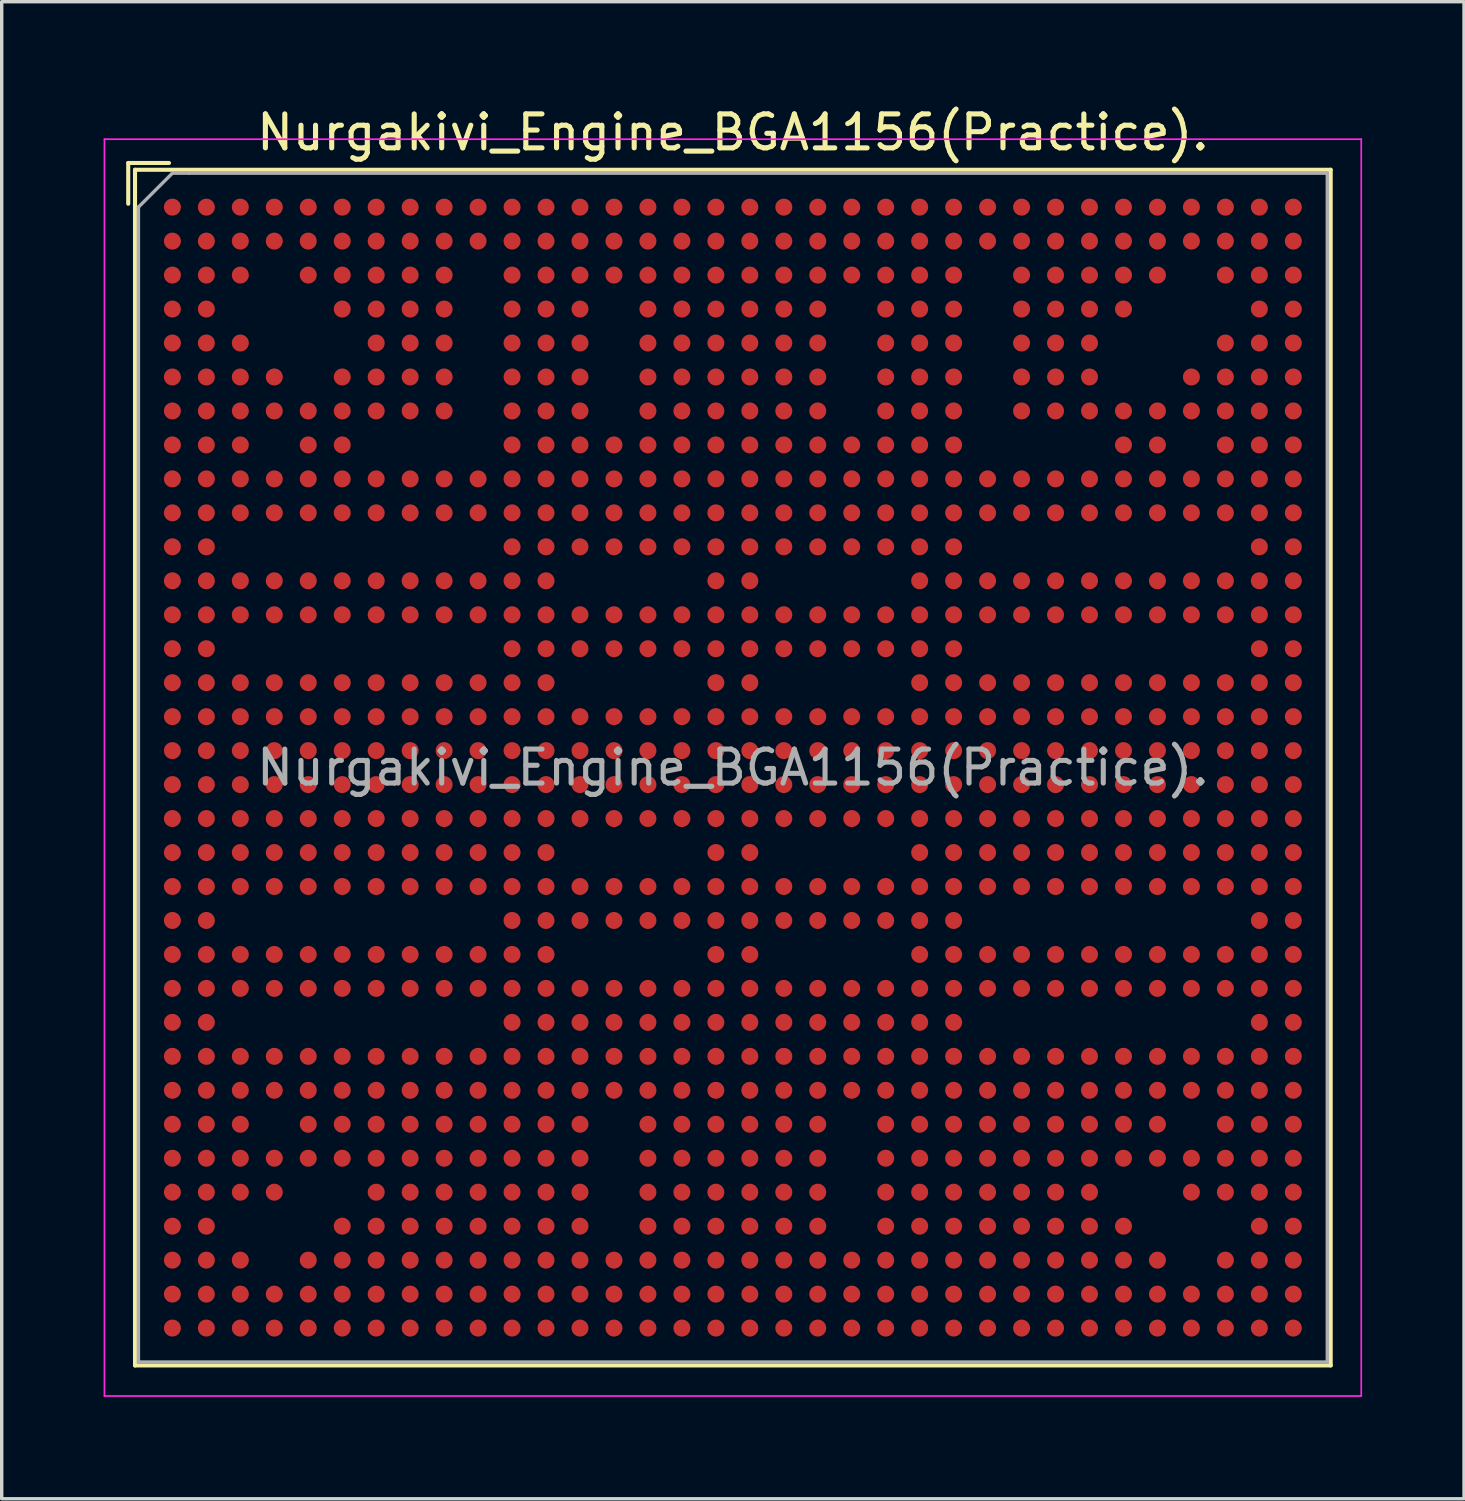
<source format=kicad_pcb>
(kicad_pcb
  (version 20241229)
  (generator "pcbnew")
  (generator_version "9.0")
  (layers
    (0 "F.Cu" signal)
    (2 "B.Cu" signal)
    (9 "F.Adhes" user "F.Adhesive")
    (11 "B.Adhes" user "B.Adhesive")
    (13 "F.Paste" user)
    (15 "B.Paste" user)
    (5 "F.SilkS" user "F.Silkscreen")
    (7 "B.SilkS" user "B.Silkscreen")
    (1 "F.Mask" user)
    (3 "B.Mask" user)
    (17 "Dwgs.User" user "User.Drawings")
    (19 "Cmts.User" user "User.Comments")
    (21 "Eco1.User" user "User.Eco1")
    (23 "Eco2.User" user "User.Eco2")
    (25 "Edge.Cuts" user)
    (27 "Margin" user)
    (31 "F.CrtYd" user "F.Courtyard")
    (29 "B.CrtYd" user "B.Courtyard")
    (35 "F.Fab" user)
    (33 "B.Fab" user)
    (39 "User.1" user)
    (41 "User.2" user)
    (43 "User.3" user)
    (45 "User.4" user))
  (footprint "Nurgakivi_Engine_BGA1156(Practice)."
    (layer "F.Cu")
    (at 18.525 19.548)
    (property "Reference" "Nurgakivi_Engine_BGA1156(Practice)." (at 0 -18.7 0) (layer "F.SilkS") (effects (font (size 1 1) (thickness 0.15))))
    (attr smd)
    (fp_line (start -17.8 -17.8) (end -17.8 -16.6) (stroke (width 0.12) (type solid)) (layer "F.SilkS"))
    (fp_line (start -17.6 -17.6) (end -17.6 17.6) (stroke (width 0.12) (type solid)) (layer "F.SilkS"))
    (fp_line (start -17.6 17.6) (end 17.6 17.6) (stroke (width 0.12) (type solid)) (layer "F.SilkS"))
    (fp_line (start -16.6 -17.8) (end -17.8 -17.8) (stroke (width 0.12) (type solid)) (layer "F.SilkS"))
    (fp_line (start 17.6 -17.6) (end -17.6 -17.6) (stroke (width 0.12) (type solid)) (layer "F.SilkS"))
    (fp_line (start 17.6 17.6) (end 17.6 -17.6) (stroke (width 0.12) (type solid)) (layer "F.SilkS"))
    (fp_line (start -18.5 -18.5) (end -18.5 18.5) (stroke (width 0.05) (type solid)) (layer "F.CrtYd"))
    (fp_line (start -18.5 -18.5) (end 18.5 -18.5) (stroke (width 0.05) (type solid)) (layer "F.CrtYd"))
    (fp_line (start 18.5 18.5) (end -18.5 18.5) (stroke (width 0.05) (type solid)) (layer "F.CrtYd"))
    (fp_line (start 18.5 18.5) (end 18.5 -18.5) (stroke (width 0.05) (type solid)) (layer "F.CrtYd"))
    (fp_line (start -17.5 -16.5) (end -17.5 17.5) (stroke (width 0.1) (type solid)) (layer "F.Fab"))
    (fp_line (start -17.5 17.5) (end 17.5 17.5) (stroke (width 0.1) (type solid)) (layer "F.Fab"))
    (fp_line (start -16.5 -17.5) (end -17.5 -16.5) (stroke (width 0.1) (type solid)) (layer "F.Fab"))
    (fp_line (start -16 -17.5) (end -16.5 -17.5) (stroke (width 0.1) (type solid)) (layer "F.Fab"))
    (fp_line (start 17.5 -17.5) (end -16 -17.5) (stroke (width 0.1) (type solid)) (layer "F.Fab"))
    (fp_line (start 17.5 17.5) (end 17.5 -17.5) (stroke (width 0.1) (type solid)) (layer "F.Fab"))
    (fp_text user "${REFERENCE}" (at 0 0 0) (layer "F.Fab") (effects (font (size 1 1) (thickness 0.15))))
    (pad "A1" smd circle (at -16.5 -16.5) (size 0.5 0.5) (layers "F.Cu" "F.Mask" "F.Paste"))
    (pad "A2" smd circle (at -15.5 -16.5) (size 0.5 0.5) (layers "F.Cu" "F.Mask" "F.Paste"))
    (pad "A3" smd circle (at -14.5 -16.5) (size 0.5 0.5) (layers "F.Cu" "F.Mask" "F.Paste"))
    (pad "A4" smd circle (at -13.5 -16.5) (size 0.5 0.5) (layers "F.Cu" "F.Mask" "F.Paste"))
    (pad "A5" smd circle (at -12.5 -16.5) (size 0.5 0.5) (layers "F.Cu" "F.Mask" "F.Paste"))
    (pad "A6" smd circle (at -11.5 -16.5) (size 0.5 0.5) (layers "F.Cu" "F.Mask" "F.Paste"))
    (pad "A7" smd circle (at -10.5 -16.5) (size 0.5 0.5) (layers "F.Cu" "F.Mask" "F.Paste"))
    (pad "A8" smd circle (at -9.5 -16.5) (size 0.5 0.5) (layers "F.Cu" "F.Mask" "F.Paste"))
    (pad "A9" smd circle (at -8.5 -16.5) (size 0.5 0.5) (layers "F.Cu" "F.Mask" "F.Paste"))
    (pad "A10" smd circle (at -7.5 -16.5) (size 0.5 0.5) (layers "F.Cu" "F.Mask" "F.Paste"))
    (pad "A11" smd circle (at -6.5 -16.5) (size 0.5 0.5) (layers "F.Cu" "F.Mask" "F.Paste"))
    (pad "A12" smd circle (at -5.5 -16.5) (size 0.5 0.5) (layers "F.Cu" "F.Mask" "F.Paste"))
    (pad "A13" smd circle (at -4.5 -16.5) (size 0.5 0.5) (layers "F.Cu" "F.Mask" "F.Paste"))
    (pad "A14" smd circle (at -3.5 -16.5) (size 0.5 0.5) (layers "F.Cu" "F.Mask" "F.Paste"))
    (pad "A15" smd circle (at -2.5 -16.5) (size 0.5 0.5) (layers "F.Cu" "F.Mask" "F.Paste"))
    (pad "A16" smd circle (at -1.5 -16.5) (size 0.5 0.5) (layers "F.Cu" "F.Mask" "F.Paste"))
    (pad "A17" smd circle (at -0.5 -16.5) (size 0.5 0.5) (layers "F.Cu" "F.Mask" "F.Paste"))
    (pad "A18" smd circle (at 0.5 -16.5) (size 0.5 0.5) (layers "F.Cu" "F.Mask" "F.Paste"))
    (pad "A19" smd circle (at 1.5 -16.5) (size 0.5 0.5) (layers "F.Cu" "F.Mask" "F.Paste"))
    (pad "A20" smd circle (at 2.5 -16.5) (size 0.5 0.5) (layers "F.Cu" "F.Mask" "F.Paste"))
    (pad "A21" smd circle (at 3.5 -16.5) (size 0.5 0.5) (layers "F.Cu" "F.Mask" "F.Paste"))
    (pad "A22" smd circle (at 4.5 -16.5) (size 0.5 0.5) (layers "F.Cu" "F.Mask" "F.Paste"))
    (pad "A23" smd circle (at 5.5 -16.5) (size 0.5 0.5) (layers "F.Cu" "F.Mask" "F.Paste"))
    (pad "A24" smd circle (at 6.5 -16.5) (size 0.5 0.5) (layers "F.Cu" "F.Mask" "F.Paste"))
    (pad "A25" smd circle (at 7.5 -16.5) (size 0.5 0.5) (layers "F.Cu" "F.Mask" "F.Paste"))
    (pad "A26" smd circle (at 8.5 -16.5) (size 0.5 0.5) (layers "F.Cu" "F.Mask" "F.Paste"))
    (pad "A27" smd circle (at 9.5 -16.5) (size 0.5 0.5) (layers "F.Cu" "F.Mask" "F.Paste"))
    (pad "A28" smd circle (at 10.5 -16.5) (size 0.5 0.5) (layers "F.Cu" "F.Mask" "F.Paste"))
    (pad "A29" smd circle (at 11.5 -16.5) (size 0.5 0.5) (layers "F.Cu" "F.Mask" "F.Paste"))
    (pad "A30" smd circle (at 12.5 -16.5) (size 0.5 0.5) (layers "F.Cu" "F.Mask" "F.Paste"))
    (pad "A31" smd circle (at 13.5 -16.5) (size 0.5 0.5) (layers "F.Cu" "F.Mask" "F.Paste"))
    (pad "A32" smd circle (at 14.5 -16.5) (size 0.5 0.5) (layers "F.Cu" "F.Mask" "F.Paste"))
    (pad "A33" smd circle (at 15.5 -16.5) (size 0.5 0.5) (layers "F.Cu" "F.Mask" "F.Paste"))
    (pad "A34" smd circle (at 16.5 -16.5) (size 0.5 0.5) (layers "F.Cu" "F.Mask" "F.Paste"))
    (pad "AA1" smd circle (at -16.5 3.5) (size 0.5 0.5) (layers "F.Cu" "F.Mask" "F.Paste"))
    (pad "AA2" smd circle (at -15.5 3.5) (size 0.5 0.5) (layers "F.Cu" "F.Mask" "F.Paste"))
    (pad "AA3" smd circle (at -14.5 3.5) (size 0.5 0.5) (layers "F.Cu" "F.Mask" "F.Paste"))
    (pad "AA4" smd circle (at -13.5 3.5) (size 0.5 0.5) (layers "F.Cu" "F.Mask" "F.Paste"))
    (pad "AA5" smd circle (at -12.5 3.5) (size 0.5 0.5) (layers "F.Cu" "F.Mask" "F.Paste"))
    (pad "AA6" smd circle (at -11.5 3.5) (size 0.5 0.5) (layers "F.Cu" "F.Mask" "F.Paste"))
    (pad "AA7" smd circle (at -10.5 3.5) (size 0.5 0.5) (layers "F.Cu" "F.Mask" "F.Paste"))
    (pad "AA8" smd circle (at -9.5 3.5) (size 0.5 0.5) (layers "F.Cu" "F.Mask" "F.Paste"))
    (pad "AA9" smd circle (at -8.5 3.5) (size 0.5 0.5) (layers "F.Cu" "F.Mask" "F.Paste"))
    (pad "AA10" smd circle (at -7.5 3.5) (size 0.5 0.5) (layers "F.Cu" "F.Mask" "F.Paste"))
    (pad "AA11" smd circle (at -6.5 3.5) (size 0.5 0.5) (layers "F.Cu" "F.Mask" "F.Paste"))
    (pad "AA12" smd circle (at -5.5 3.5) (size 0.5 0.5) (layers "F.Cu" "F.Mask" "F.Paste"))
    (pad "AA13" smd circle (at -4.5 3.5) (size 0.5 0.5) (layers "F.Cu" "F.Mask" "F.Paste"))
    (pad "AA14" smd circle (at -3.5 3.5) (size 0.5 0.5) (layers "F.Cu" "F.Mask" "F.Paste"))
    (pad "AA15" smd circle (at -2.5 3.5) (size 0.5 0.5) (layers "F.Cu" "F.Mask" "F.Paste"))
    (pad "AA16" smd circle (at -1.5 3.5) (size 0.5 0.5) (layers "F.Cu" "F.Mask" "F.Paste"))
    (pad "AA17" smd circle (at -0.5 3.5) (size 0.5 0.5) (layers "F.Cu" "F.Mask" "F.Paste"))
    (pad "AA18" smd circle (at 0.5 3.5) (size 0.5 0.5) (layers "F.Cu" "F.Mask" "F.Paste"))
    (pad "AA19" smd circle (at 1.5 3.5) (size 0.5 0.5) (layers "F.Cu" "F.Mask" "F.Paste"))
    (pad "AA20" smd circle (at 2.5 3.5) (size 0.5 0.5) (layers "F.Cu" "F.Mask" "F.Paste"))
    (pad "AA21" smd circle (at 3.5 3.5) (size 0.5 0.5) (layers "F.Cu" "F.Mask" "F.Paste"))
    (pad "AA22" smd circle (at 4.5 3.5) (size 0.5 0.5) (layers "F.Cu" "F.Mask" "F.Paste"))
    (pad "AA23" smd circle (at 5.5 3.5) (size 0.5 0.5) (layers "F.Cu" "F.Mask" "F.Paste"))
    (pad "AA24" smd circle (at 6.5 3.5) (size 0.5 0.5) (layers "F.Cu" "F.Mask" "F.Paste"))
    (pad "AA25" smd circle (at 7.5 3.5) (size 0.5 0.5) (layers "F.Cu" "F.Mask" "F.Paste"))
    (pad "AA26" smd circle (at 8.5 3.5) (size 0.5 0.5) (layers "F.Cu" "F.Mask" "F.Paste"))
    (pad "AA27" smd circle (at 9.5 3.5) (size 0.5 0.5) (layers "F.Cu" "F.Mask" "F.Paste"))
    (pad "AA28" smd circle (at 10.5 3.5) (size 0.5 0.5) (layers "F.Cu" "F.Mask" "F.Paste"))
    (pad "AA29" smd circle (at 11.5 3.5) (size 0.5 0.5) (layers "F.Cu" "F.Mask" "F.Paste"))
    (pad "AA30" smd circle (at 12.5 3.5) (size 0.5 0.5) (layers "F.Cu" "F.Mask" "F.Paste"))
    (pad "AA31" smd circle (at 13.5 3.5) (size 0.5 0.5) (layers "F.Cu" "F.Mask" "F.Paste"))
    (pad "AA32" smd circle (at 14.5 3.5) (size 0.5 0.5) (layers "F.Cu" "F.Mask" "F.Paste"))
    (pad "AA33" smd circle (at 15.5 3.5) (size 0.5 0.5) (layers "F.Cu" "F.Mask" "F.Paste"))
    (pad "AA34" smd circle (at 16.5 3.5) (size 0.5 0.5) (layers "F.Cu" "F.Mask" "F.Paste"))
    (pad "AB1" smd circle (at -16.5 4.5) (size 0.5 0.5) (layers "F.Cu" "F.Mask" "F.Paste"))
    (pad "AB2" smd circle (at -15.5 4.5) (size 0.5 0.5) (layers "F.Cu" "F.Mask" "F.Paste"))
    (pad "AB11" smd circle (at -6.5 4.5) (size 0.5 0.5) (layers "F.Cu" "F.Mask" "F.Paste"))
    (pad "AB12" smd circle (at -5.5 4.5) (size 0.5 0.5) (layers "F.Cu" "F.Mask" "F.Paste"))
    (pad "AB13" smd circle (at -4.5 4.5) (size 0.5 0.5) (layers "F.Cu" "F.Mask" "F.Paste"))
    (pad "AB14" smd circle (at -3.5 4.5) (size 0.5 0.5) (layers "F.Cu" "F.Mask" "F.Paste"))
    (pad "AB15" smd circle (at -2.5 4.5) (size 0.5 0.5) (layers "F.Cu" "F.Mask" "F.Paste"))
    (pad "AB16" smd circle (at -1.5 4.5) (size 0.5 0.5) (layers "F.Cu" "F.Mask" "F.Paste"))
    (pad "AB17" smd circle (at -0.5 4.5) (size 0.5 0.5) (layers "F.Cu" "F.Mask" "F.Paste"))
    (pad "AB18" smd circle (at 0.5 4.5) (size 0.5 0.5) (layers "F.Cu" "F.Mask" "F.Paste"))
    (pad "AB19" smd circle (at 1.5 4.5) (size 0.5 0.5) (layers "F.Cu" "F.Mask" "F.Paste"))
    (pad "AB20" smd circle (at 2.5 4.5) (size 0.5 0.5) (layers "F.Cu" "F.Mask" "F.Paste"))
    (pad "AB21" smd circle (at 3.5 4.5) (size 0.5 0.5) (layers "F.Cu" "F.Mask" "F.Paste"))
    (pad "AB22" smd circle (at 4.5 4.5) (size 0.5 0.5) (layers "F.Cu" "F.Mask" "F.Paste"))
    (pad "AB23" smd circle (at 5.5 4.5) (size 0.5 0.5) (layers "F.Cu" "F.Mask" "F.Paste"))
    (pad "AB24" smd circle (at 6.5 4.5) (size 0.5 0.5) (layers "F.Cu" "F.Mask" "F.Paste"))
    (pad "AB33" smd circle (at 15.5 4.5) (size 0.5 0.5) (layers "F.Cu" "F.Mask" "F.Paste"))
    (pad "AB34" smd circle (at 16.5 4.5) (size 0.5 0.5) (layers "F.Cu" "F.Mask" "F.Paste"))
    (pad "AC1" smd circle (at -16.5 5.5) (size 0.5 0.5) (layers "F.Cu" "F.Mask" "F.Paste"))
    (pad "AC2" smd circle (at -15.5 5.5) (size 0.5 0.5) (layers "F.Cu" "F.Mask" "F.Paste"))
    (pad "AC3" smd circle (at -14.5 5.5) (size 0.5 0.5) (layers "F.Cu" "F.Mask" "F.Paste"))
    (pad "AC4" smd circle (at -13.5 5.5) (size 0.5 0.5) (layers "F.Cu" "F.Mask" "F.Paste"))
    (pad "AC5" smd circle (at -12.5 5.5) (size 0.5 0.5) (layers "F.Cu" "F.Mask" "F.Paste"))
    (pad "AC6" smd circle (at -11.5 5.5) (size 0.5 0.5) (layers "F.Cu" "F.Mask" "F.Paste"))
    (pad "AC7" smd circle (at -10.5 5.5) (size 0.5 0.5) (layers "F.Cu" "F.Mask" "F.Paste"))
    (pad "AC8" smd circle (at -9.5 5.5) (size 0.5 0.5) (layers "F.Cu" "F.Mask" "F.Paste"))
    (pad "AC9" smd circle (at -8.5 5.5) (size 0.5 0.5) (layers "F.Cu" "F.Mask" "F.Paste"))
    (pad "AC10" smd circle (at -7.5 5.5) (size 0.5 0.5) (layers "F.Cu" "F.Mask" "F.Paste"))
    (pad "AC11" smd circle (at -6.5 5.5) (size 0.5 0.5) (layers "F.Cu" "F.Mask" "F.Paste"))
    (pad "AC12" smd circle (at -5.5 5.5) (size 0.5 0.5) (layers "F.Cu" "F.Mask" "F.Paste"))
    (pad "AC17" smd circle (at -0.5 5.5) (size 0.5 0.5) (layers "F.Cu" "F.Mask" "F.Paste"))
    (pad "AC18" smd circle (at 0.5 5.5) (size 0.5 0.5) (layers "F.Cu" "F.Mask" "F.Paste"))
    (pad "AC23" smd circle (at 5.5 5.5) (size 0.5 0.5) (layers "F.Cu" "F.Mask" "F.Paste"))
    (pad "AC24" smd circle (at 6.5 5.5) (size 0.5 0.5) (layers "F.Cu" "F.Mask" "F.Paste"))
    (pad "AC25" smd circle (at 7.5 5.5) (size 0.5 0.5) (layers "F.Cu" "F.Mask" "F.Paste"))
    (pad "AC26" smd circle (at 8.5 5.5) (size 0.5 0.5) (layers "F.Cu" "F.Mask" "F.Paste"))
    (pad "AC27" smd circle (at 9.5 5.5) (size 0.5 0.5) (layers "F.Cu" "F.Mask" "F.Paste"))
    (pad "AC28" smd circle (at 10.5 5.5) (size 0.5 0.5) (layers "F.Cu" "F.Mask" "F.Paste"))
    (pad "AC29" smd circle (at 11.5 5.5) (size 0.5 0.5) (layers "F.Cu" "F.Mask" "F.Paste"))
    (pad "AC30" smd circle (at 12.5 5.5) (size 0.5 0.5) (layers "F.Cu" "F.Mask" "F.Paste"))
    (pad "AC31" smd circle (at 13.5 5.5) (size 0.5 0.5) (layers "F.Cu" "F.Mask" "F.Paste"))
    (pad "AC32" smd circle (at 14.5 5.5) (size 0.5 0.5) (layers "F.Cu" "F.Mask" "F.Paste"))
    (pad "AC33" smd circle (at 15.5 5.5) (size 0.5 0.5) (layers "F.Cu" "F.Mask" "F.Paste"))
    (pad "AC34" smd circle (at 16.5 5.5) (size 0.5 0.5) (layers "F.Cu" "F.Mask" "F.Paste"))
    (pad "AD1" smd circle (at -16.5 6.5) (size 0.5 0.5) (layers "F.Cu" "F.Mask" "F.Paste"))
    (pad "AD2" smd circle (at -15.5 6.5) (size 0.5 0.5) (layers "F.Cu" "F.Mask" "F.Paste"))
    (pad "AD3" smd circle (at -14.5 6.5) (size 0.5 0.5) (layers "F.Cu" "F.Mask" "F.Paste"))
    (pad "AD4" smd circle (at -13.5 6.5) (size 0.5 0.5) (layers "F.Cu" "F.Mask" "F.Paste"))
    (pad "AD5" smd circle (at -12.5 6.5) (size 0.5 0.5) (layers "F.Cu" "F.Mask" "F.Paste"))
    (pad "AD6" smd circle (at -11.5 6.5) (size 0.5 0.5) (layers "F.Cu" "F.Mask" "F.Paste"))
    (pad "AD7" smd circle (at -10.5 6.5) (size 0.5 0.5) (layers "F.Cu" "F.Mask" "F.Paste"))
    (pad "AD8" smd circle (at -9.5 6.5) (size 0.5 0.5) (layers "F.Cu" "F.Mask" "F.Paste"))
    (pad "AD9" smd circle (at -8.5 6.5) (size 0.5 0.5) (layers "F.Cu" "F.Mask" "F.Paste"))
    (pad "AD10" smd circle (at -7.5 6.5) (size 0.5 0.5) (layers "F.Cu" "F.Mask" "F.Paste"))
    (pad "AD11" smd circle (at -6.5 6.5) (size 0.5 0.5) (layers "F.Cu" "F.Mask" "F.Paste"))
    (pad "AD12" smd circle (at -5.5 6.5) (size 0.5 0.5) (layers "F.Cu" "F.Mask" "F.Paste"))
    (pad "AD13" smd circle (at -4.5 6.5) (size 0.5 0.5) (layers "F.Cu" "F.Mask" "F.Paste"))
    (pad "AD14" smd circle (at -3.5 6.5) (size 0.5 0.5) (layers "F.Cu" "F.Mask" "F.Paste"))
    (pad "AD15" smd circle (at -2.5 6.5) (size 0.5 0.5) (layers "F.Cu" "F.Mask" "F.Paste"))
    (pad "AD16" smd circle (at -1.5 6.5) (size 0.5 0.5) (layers "F.Cu" "F.Mask" "F.Paste"))
    (pad "AD17" smd circle (at -0.5 6.5) (size 0.5 0.5) (layers "F.Cu" "F.Mask" "F.Paste"))
    (pad "AD18" smd circle (at 0.5 6.5) (size 0.5 0.5) (layers "F.Cu" "F.Mask" "F.Paste"))
    (pad "AD19" smd circle (at 1.5 6.5) (size 0.5 0.5) (layers "F.Cu" "F.Mask" "F.Paste"))
    (pad "AD20" smd circle (at 2.5 6.5) (size 0.5 0.5) (layers "F.Cu" "F.Mask" "F.Paste"))
    (pad "AD21" smd circle (at 3.5 6.5) (size 0.5 0.5) (layers "F.Cu" "F.Mask" "F.Paste"))
    (pad "AD22" smd circle (at 4.5 6.5) (size 0.5 0.5) (layers "F.Cu" "F.Mask" "F.Paste"))
    (pad "AD23" smd circle (at 5.5 6.5) (size 0.5 0.5) (layers "F.Cu" "F.Mask" "F.Paste"))
    (pad "AD24" smd circle (at 6.5 6.5) (size 0.5 0.5) (layers "F.Cu" "F.Mask" "F.Paste"))
    (pad "AD25" smd circle (at 7.5 6.5) (size 0.5 0.5) (layers "F.Cu" "F.Mask" "F.Paste"))
    (pad "AD26" smd circle (at 8.5 6.5) (size 0.5 0.5) (layers "F.Cu" "F.Mask" "F.Paste"))
    (pad "AD27" smd circle (at 9.5 6.5) (size 0.5 0.5) (layers "F.Cu" "F.Mask" "F.Paste"))
    (pad "AD28" smd circle (at 10.5 6.5) (size 0.5 0.5) (layers "F.Cu" "F.Mask" "F.Paste"))
    (pad "AD29" smd circle (at 11.5 6.5) (size 0.5 0.5) (layers "F.Cu" "F.Mask" "F.Paste"))
    (pad "AD30" smd circle (at 12.5 6.5) (size 0.5 0.5) (layers "F.Cu" "F.Mask" "F.Paste"))
    (pad "AD31" smd circle (at 13.5 6.5) (size 0.5 0.5) (layers "F.Cu" "F.Mask" "F.Paste"))
    (pad "AD32" smd circle (at 14.5 6.5) (size 0.5 0.5) (layers "F.Cu" "F.Mask" "F.Paste"))
    (pad "AD33" smd circle (at 15.5 6.5) (size 0.5 0.5) (layers "F.Cu" "F.Mask" "F.Paste"))
    (pad "AD34" smd circle (at 16.5 6.5) (size 0.5 0.5) (layers "F.Cu" "F.Mask" "F.Paste"))
    (pad "AE1" smd circle (at -16.5 7.5) (size 0.5 0.5) (layers "F.Cu" "F.Mask" "F.Paste"))
    (pad "AE2" smd circle (at -15.5 7.5) (size 0.5 0.5) (layers "F.Cu" "F.Mask" "F.Paste"))
    (pad "AE11" smd circle (at -6.5 7.5) (size 0.5 0.5) (layers "F.Cu" "F.Mask" "F.Paste"))
    (pad "AE12" smd circle (at -5.5 7.5) (size 0.5 0.5) (layers "F.Cu" "F.Mask" "F.Paste"))
    (pad "AE13" smd circle (at -4.5 7.5) (size 0.5 0.5) (layers "F.Cu" "F.Mask" "F.Paste"))
    (pad "AE14" smd circle (at -3.5 7.5) (size 0.5 0.5) (layers "F.Cu" "F.Mask" "F.Paste"))
    (pad "AE15" smd circle (at -2.5 7.5) (size 0.5 0.5) (layers "F.Cu" "F.Mask" "F.Paste"))
    (pad "AE16" smd circle (at -1.5 7.5) (size 0.5 0.5) (layers "F.Cu" "F.Mask" "F.Paste"))
    (pad "AE17" smd circle (at -0.5 7.5) (size 0.5 0.5) (layers "F.Cu" "F.Mask" "F.Paste"))
    (pad "AE18" smd circle (at 0.5 7.5) (size 0.5 0.5) (layers "F.Cu" "F.Mask" "F.Paste"))
    (pad "AE19" smd circle (at 1.5 7.5) (size 0.5 0.5) (layers "F.Cu" "F.Mask" "F.Paste"))
    (pad "AE20" smd circle (at 2.5 7.5) (size 0.5 0.5) (layers "F.Cu" "F.Mask" "F.Paste"))
    (pad "AE21" smd circle (at 3.5 7.5) (size 0.5 0.5) (layers "F.Cu" "F.Mask" "F.Paste"))
    (pad "AE22" smd circle (at 4.5 7.5) (size 0.5 0.5) (layers "F.Cu" "F.Mask" "F.Paste"))
    (pad "AE23" smd circle (at 5.5 7.5) (size 0.5 0.5) (layers "F.Cu" "F.Mask" "F.Paste"))
    (pad "AE24" smd circle (at 6.5 7.5) (size 0.5 0.5) (layers "F.Cu" "F.Mask" "F.Paste"))
    (pad "AE33" smd circle (at 15.5 7.5) (size 0.5 0.5) (layers "F.Cu" "F.Mask" "F.Paste"))
    (pad "AE34" smd circle (at 16.5 7.5) (size 0.5 0.5) (layers "F.Cu" "F.Mask" "F.Paste"))
    (pad "AF1" smd circle (at -16.5 8.5) (size 0.5 0.5) (layers "F.Cu" "F.Mask" "F.Paste"))
    (pad "AF2" smd circle (at -15.5 8.5) (size 0.5 0.5) (layers "F.Cu" "F.Mask" "F.Paste"))
    (pad "AF3" smd circle (at -14.5 8.5) (size 0.5 0.5) (layers "F.Cu" "F.Mask" "F.Paste"))
    (pad "AF4" smd circle (at -13.5 8.5) (size 0.5 0.5) (layers "F.Cu" "F.Mask" "F.Paste"))
    (pad "AF5" smd circle (at -12.5 8.5) (size 0.5 0.5) (layers "F.Cu" "F.Mask" "F.Paste"))
    (pad "AF6" smd circle (at -11.5 8.5) (size 0.5 0.5) (layers "F.Cu" "F.Mask" "F.Paste"))
    (pad "AF7" smd circle (at -10.5 8.5) (size 0.5 0.5) (layers "F.Cu" "F.Mask" "F.Paste"))
    (pad "AF8" smd circle (at -9.5 8.5) (size 0.5 0.5) (layers "F.Cu" "F.Mask" "F.Paste"))
    (pad "AF9" smd circle (at -8.5 8.5) (size 0.5 0.5) (layers "F.Cu" "F.Mask" "F.Paste"))
    (pad "AF10" smd circle (at -7.5 8.5) (size 0.5 0.5) (layers "F.Cu" "F.Mask" "F.Paste"))
    (pad "AF11" smd circle (at -6.5 8.5) (size 0.5 0.5) (layers "F.Cu" "F.Mask" "F.Paste"))
    (pad "AF12" smd circle (at -5.5 8.5) (size 0.5 0.5) (layers "F.Cu" "F.Mask" "F.Paste"))
    (pad "AF13" smd circle (at -4.5 8.5) (size 0.5 0.5) (layers "F.Cu" "F.Mask" "F.Paste"))
    (pad "AF14" smd circle (at -3.5 8.5) (size 0.5 0.5) (layers "F.Cu" "F.Mask" "F.Paste"))
    (pad "AF15" smd circle (at -2.5 8.5) (size 0.5 0.5) (layers "F.Cu" "F.Mask" "F.Paste"))
    (pad "AF16" smd circle (at -1.5 8.5) (size 0.5 0.5) (layers "F.Cu" "F.Mask" "F.Paste"))
    (pad "AF17" smd circle (at -0.5 8.5) (size 0.5 0.5) (layers "F.Cu" "F.Mask" "F.Paste"))
    (pad "AF18" smd circle (at 0.5 8.5) (size 0.5 0.5) (layers "F.Cu" "F.Mask" "F.Paste"))
    (pad "AF19" smd circle (at 1.5 8.5) (size 0.5 0.5) (layers "F.Cu" "F.Mask" "F.Paste"))
    (pad "AF20" smd circle (at 2.5 8.5) (size 0.5 0.5) (layers "F.Cu" "F.Mask" "F.Paste"))
    (pad "AF21" smd circle (at 3.5 8.5) (size 0.5 0.5) (layers "F.Cu" "F.Mask" "F.Paste"))
    (pad "AF22" smd circle (at 4.5 8.5) (size 0.5 0.5) (layers "F.Cu" "F.Mask" "F.Paste"))
    (pad "AF23" smd circle (at 5.5 8.5) (size 0.5 0.5) (layers "F.Cu" "F.Mask" "F.Paste"))
    (pad "AF24" smd circle (at 6.5 8.5) (size 0.5 0.5) (layers "F.Cu" "F.Mask" "F.Paste"))
    (pad "AF25" smd circle (at 7.5 8.5) (size 0.5 0.5) (layers "F.Cu" "F.Mask" "F.Paste"))
    (pad "AF26" smd circle (at 8.5 8.5) (size 0.5 0.5) (layers "F.Cu" "F.Mask" "F.Paste"))
    (pad "AF27" smd circle (at 9.5 8.5) (size 0.5 0.5) (layers "F.Cu" "F.Mask" "F.Paste"))
    (pad "AF28" smd circle (at 10.5 8.5) (size 0.5 0.5) (layers "F.Cu" "F.Mask" "F.Paste"))
    (pad "AF29" smd circle (at 11.5 8.5) (size 0.5 0.5) (layers "F.Cu" "F.Mask" "F.Paste"))
    (pad "AF30" smd circle (at 12.5 8.5) (size 0.5 0.5) (layers "F.Cu" "F.Mask" "F.Paste"))
    (pad "AF31" smd circle (at 13.5 8.5) (size 0.5 0.5) (layers "F.Cu" "F.Mask" "F.Paste"))
    (pad "AF32" smd circle (at 14.5 8.5) (size 0.5 0.5) (layers "F.Cu" "F.Mask" "F.Paste"))
    (pad "AF33" smd circle (at 15.5 8.5) (size 0.5 0.5) (layers "F.Cu" "F.Mask" "F.Paste"))
    (pad "AF34" smd circle (at 16.5 8.5) (size 0.5 0.5) (layers "F.Cu" "F.Mask" "F.Paste"))
    (pad "AG1" smd circle (at -16.5 9.5) (size 0.5 0.5) (layers "F.Cu" "F.Mask" "F.Paste"))
    (pad "AG2" smd circle (at -15.5 9.5) (size 0.5 0.5) (layers "F.Cu" "F.Mask" "F.Paste"))
    (pad "AG3" smd circle (at -14.5 9.5) (size 0.5 0.5) (layers "F.Cu" "F.Mask" "F.Paste"))
    (pad "AG4" smd circle (at -13.5 9.5) (size 0.5 0.5) (layers "F.Cu" "F.Mask" "F.Paste"))
    (pad "AG5" smd circle (at -12.5 9.5) (size 0.5 0.5) (layers "F.Cu" "F.Mask" "F.Paste"))
    (pad "AG6" smd circle (at -11.5 9.5) (size 0.5 0.5) (layers "F.Cu" "F.Mask" "F.Paste"))
    (pad "AG7" smd circle (at -10.5 9.5) (size 0.5 0.5) (layers "F.Cu" "F.Mask" "F.Paste"))
    (pad "AG8" smd circle (at -9.5 9.5) (size 0.5 0.5) (layers "F.Cu" "F.Mask" "F.Paste"))
    (pad "AG9" smd circle (at -8.5 9.5) (size 0.5 0.5) (layers "F.Cu" "F.Mask" "F.Paste"))
    (pad "AG10" smd circle (at -7.5 9.5) (size 0.5 0.5) (layers "F.Cu" "F.Mask" "F.Paste"))
    (pad "AG11" smd circle (at -6.5 9.5) (size 0.5 0.5) (layers "F.Cu" "F.Mask" "F.Paste"))
    (pad "AG12" smd circle (at -5.5 9.5) (size 0.5 0.5) (layers "F.Cu" "F.Mask" "F.Paste"))
    (pad "AG13" smd circle (at -4.5 9.5) (size 0.5 0.5) (layers "F.Cu" "F.Mask" "F.Paste"))
    (pad "AG14" smd circle (at -3.5 9.5) (size 0.5 0.5) (layers "F.Cu" "F.Mask" "F.Paste"))
    (pad "AG15" smd circle (at -2.5 9.5) (size 0.5 0.5) (layers "F.Cu" "F.Mask" "F.Paste"))
    (pad "AG16" smd circle (at -1.5 9.5) (size 0.5 0.5) (layers "F.Cu" "F.Mask" "F.Paste"))
    (pad "AG17" smd circle (at -0.5 9.5) (size 0.5 0.5) (layers "F.Cu" "F.Mask" "F.Paste"))
    (pad "AG18" smd circle (at 0.5 9.5) (size 0.5 0.5) (layers "F.Cu" "F.Mask" "F.Paste"))
    (pad "AG19" smd circle (at 1.5 9.5) (size 0.5 0.5) (layers "F.Cu" "F.Mask" "F.Paste"))
    (pad "AG20" smd circle (at 2.5 9.5) (size 0.5 0.5) (layers "F.Cu" "F.Mask" "F.Paste"))
    (pad "AG21" smd circle (at 3.5 9.5) (size 0.5 0.5) (layers "F.Cu" "F.Mask" "F.Paste"))
    (pad "AG22" smd circle (at 4.5 9.5) (size 0.5 0.5) (layers "F.Cu" "F.Mask" "F.Paste"))
    (pad "AG23" smd circle (at 5.5 9.5) (size 0.5 0.5) (layers "F.Cu" "F.Mask" "F.Paste"))
    (pad "AG24" smd circle (at 6.5 9.5) (size 0.5 0.5) (layers "F.Cu" "F.Mask" "F.Paste"))
    (pad "AG25" smd circle (at 7.5 9.5) (size 0.5 0.5) (layers "F.Cu" "F.Mask" "F.Paste"))
    (pad "AG26" smd circle (at 8.5 9.5) (size 0.5 0.5) (layers "F.Cu" "F.Mask" "F.Paste"))
    (pad "AG27" smd circle (at 9.5 9.5) (size 0.5 0.5) (layers "F.Cu" "F.Mask" "F.Paste"))
    (pad "AG28" smd circle (at 10.5 9.5) (size 0.5 0.5) (layers "F.Cu" "F.Mask" "F.Paste"))
    (pad "AG29" smd circle (at 11.5 9.5) (size 0.5 0.5) (layers "F.Cu" "F.Mask" "F.Paste"))
    (pad "AG30" smd circle (at 12.5 9.5) (size 0.5 0.5) (layers "F.Cu" "F.Mask" "F.Paste"))
    (pad "AG31" smd circle (at 13.5 9.5) (size 0.5 0.5) (layers "F.Cu" "F.Mask" "F.Paste"))
    (pad "AG32" smd circle (at 14.5 9.5) (size 0.5 0.5) (layers "F.Cu" "F.Mask" "F.Paste"))
    (pad "AG33" smd circle (at 15.5 9.5) (size 0.5 0.5) (layers "F.Cu" "F.Mask" "F.Paste"))
    (pad "AG34" smd circle (at 16.5 9.5) (size 0.5 0.5) (layers "F.Cu" "F.Mask" "F.Paste"))
    (pad "AH1" smd circle (at -16.5 10.5) (size 0.5 0.5) (layers "F.Cu" "F.Mask" "F.Paste"))
    (pad "AH2" smd circle (at -15.5 10.5) (size 0.5 0.5) (layers "F.Cu" "F.Mask" "F.Paste"))
    (pad "AH3" smd circle (at -14.5 10.5) (size 0.5 0.5) (layers "F.Cu" "F.Mask" "F.Paste"))
    (pad "AH5" smd circle (at -12.5 10.5) (size 0.5 0.5) (layers "F.Cu" "F.Mask" "F.Paste"))
    (pad "AH6" smd circle (at -11.5 10.5) (size 0.5 0.5) (layers "F.Cu" "F.Mask" "F.Paste"))
    (pad "AH7" smd circle (at -10.5 10.5) (size 0.5 0.5) (layers "F.Cu" "F.Mask" "F.Paste"))
    (pad "AH8" smd circle (at -9.5 10.5) (size 0.5 0.5) (layers "F.Cu" "F.Mask" "F.Paste"))
    (pad "AH9" smd circle (at -8.5 10.5) (size 0.5 0.5) (layers "F.Cu" "F.Mask" "F.Paste"))
    (pad "AH10" smd circle (at -7.5 10.5) (size 0.5 0.5) (layers "F.Cu" "F.Mask" "F.Paste"))
    (pad "AH11" smd circle (at -6.5 10.5) (size 0.5 0.5) (layers "F.Cu" "F.Mask" "F.Paste"))
    (pad "AH12" smd circle (at -5.5 10.5) (size 0.5 0.5) (layers "F.Cu" "F.Mask" "F.Paste"))
    (pad "AH13" smd circle (at -4.5 10.5) (size 0.5 0.5) (layers "F.Cu" "F.Mask" "F.Paste"))
    (pad "AH15" smd circle (at -2.5 10.5) (size 0.5 0.5) (layers "F.Cu" "F.Mask" "F.Paste"))
    (pad "AH16" smd circle (at -1.5 10.5) (size 0.5 0.5) (layers "F.Cu" "F.Mask" "F.Paste"))
    (pad "AH17" smd circle (at -0.5 10.5) (size 0.5 0.5) (layers "F.Cu" "F.Mask" "F.Paste"))
    (pad "AH18" smd circle (at 0.5 10.5) (size 0.5 0.5) (layers "F.Cu" "F.Mask" "F.Paste"))
    (pad "AH19" smd circle (at 1.5 10.5) (size 0.5 0.5) (layers "F.Cu" "F.Mask" "F.Paste"))
    (pad "AH20" smd circle (at 2.5 10.5) (size 0.5 0.5) (layers "F.Cu" "F.Mask" "F.Paste"))
    (pad "AH22" smd circle (at 4.5 10.5) (size 0.5 0.5) (layers "F.Cu" "F.Mask" "F.Paste"))
    (pad "AH23" smd circle (at 5.5 10.5) (size 0.5 0.5) (layers "F.Cu" "F.Mask" "F.Paste"))
    (pad "AH24" smd circle (at 6.5 10.5) (size 0.5 0.5) (layers "F.Cu" "F.Mask" "F.Paste"))
    (pad "AH25" smd circle (at 7.5 10.5) (size 0.5 0.5) (layers "F.Cu" "F.Mask" "F.Paste"))
    (pad "AH26" smd circle (at 8.5 10.5) (size 0.5 0.5) (layers "F.Cu" "F.Mask" "F.Paste"))
    (pad "AH27" smd circle (at 9.5 10.5) (size 0.5 0.5) (layers "F.Cu" "F.Mask" "F.Paste"))
    (pad "AH28" smd circle (at 10.5 10.5) (size 0.5 0.5) (layers "F.Cu" "F.Mask" "F.Paste"))
    (pad "AH29" smd circle (at 11.5 10.5) (size 0.5 0.5) (layers "F.Cu" "F.Mask" "F.Paste"))
    (pad "AH30" smd circle (at 12.5 10.5) (size 0.5 0.5) (layers "F.Cu" "F.Mask" "F.Paste"))
    (pad "AH32" smd circle (at 14.5 10.5) (size 0.5 0.5) (layers "F.Cu" "F.Mask" "F.Paste"))
    (pad "AH33" smd circle (at 15.5 10.5) (size 0.5 0.5) (layers "F.Cu" "F.Mask" "F.Paste"))
    (pad "AH34" smd circle (at 16.5 10.5) (size 0.5 0.5) (layers "F.Cu" "F.Mask" "F.Paste"))
    (pad "AJ1" smd circle (at -16.5 11.5) (size 0.5 0.5) (layers "F.Cu" "F.Mask" "F.Paste"))
    (pad "AJ2" smd circle (at -15.5 11.5) (size 0.5 0.5) (layers "F.Cu" "F.Mask" "F.Paste"))
    (pad "AJ3" smd circle (at -14.5 11.5) (size 0.5 0.5) (layers "F.Cu" "F.Mask" "F.Paste"))
    (pad "AJ4" smd circle (at -13.5 11.5) (size 0.5 0.5) (layers "F.Cu" "F.Mask" "F.Paste"))
    (pad "AJ5" smd circle (at -12.5 11.5) (size 0.5 0.5) (layers "F.Cu" "F.Mask" "F.Paste"))
    (pad "AJ6" smd circle (at -11.5 11.5) (size 0.5 0.5) (layers "F.Cu" "F.Mask" "F.Paste"))
    (pad "AJ7" smd circle (at -10.5 11.5) (size 0.5 0.5) (layers "F.Cu" "F.Mask" "F.Paste"))
    (pad "AJ8" smd circle (at -9.5 11.5) (size 0.5 0.5) (layers "F.Cu" "F.Mask" "F.Paste"))
    (pad "AJ9" smd circle (at -8.5 11.5) (size 0.5 0.5) (layers "F.Cu" "F.Mask" "F.Paste"))
    (pad "AJ10" smd circle (at -7.5 11.5) (size 0.5 0.5) (layers "F.Cu" "F.Mask" "F.Paste"))
    (pad "AJ11" smd circle (at -6.5 11.5) (size 0.5 0.5) (layers "F.Cu" "F.Mask" "F.Paste"))
    (pad "AJ12" smd circle (at -5.5 11.5) (size 0.5 0.5) (layers "F.Cu" "F.Mask" "F.Paste"))
    (pad "AJ13" smd circle (at -4.5 11.5) (size 0.5 0.5) (layers "F.Cu" "F.Mask" "F.Paste"))
    (pad "AJ15" smd circle (at -2.5 11.5) (size 0.5 0.5) (layers "F.Cu" "F.Mask" "F.Paste"))
    (pad "AJ16" smd circle (at -1.5 11.5) (size 0.5 0.5) (layers "F.Cu" "F.Mask" "F.Paste"))
    (pad "AJ17" smd circle (at -0.5 11.5) (size 0.5 0.5) (layers "F.Cu" "F.Mask" "F.Paste"))
    (pad "AJ18" smd circle (at 0.5 11.5) (size 0.5 0.5) (layers "F.Cu" "F.Mask" "F.Paste"))
    (pad "AJ19" smd circle (at 1.5 11.5) (size 0.5 0.5) (layers "F.Cu" "F.Mask" "F.Paste"))
    (pad "AJ20" smd circle (at 2.5 11.5) (size 0.5 0.5) (layers "F.Cu" "F.Mask" "F.Paste"))
    (pad "AJ22" smd circle (at 4.5 11.5) (size 0.5 0.5) (layers "F.Cu" "F.Mask" "F.Paste"))
    (pad "AJ23" smd circle (at 5.5 11.5) (size 0.5 0.5) (layers "F.Cu" "F.Mask" "F.Paste"))
    (pad "AJ24" smd circle (at 6.5 11.5) (size 0.5 0.5) (layers "F.Cu" "F.Mask" "F.Paste"))
    (pad "AJ25" smd circle (at 7.5 11.5) (size 0.5 0.5) (layers "F.Cu" "F.Mask" "F.Paste"))
    (pad "AJ26" smd circle (at 8.5 11.5) (size 0.5 0.5) (layers "F.Cu" "F.Mask" "F.Paste"))
    (pad "AJ27" smd circle (at 9.5 11.5) (size 0.5 0.5) (layers "F.Cu" "F.Mask" "F.Paste"))
    (pad "AJ28" smd circle (at 10.5 11.5) (size 0.5 0.5) (layers "F.Cu" "F.Mask" "F.Paste"))
    (pad "AJ29" smd circle (at 11.5 11.5) (size 0.5 0.5) (layers "F.Cu" "F.Mask" "F.Paste"))
    (pad "AJ30" smd circle (at 12.5 11.5) (size 0.5 0.5) (layers "F.Cu" "F.Mask" "F.Paste"))
    (pad "AJ31" smd circle (at 13.5 11.5) (size 0.5 0.5) (layers "F.Cu" "F.Mask" "F.Paste"))
    (pad "AJ32" smd circle (at 14.5 11.5) (size 0.5 0.5) (layers "F.Cu" "F.Mask" "F.Paste"))
    (pad "AJ33" smd circle (at 15.5 11.5) (size 0.5 0.5) (layers "F.Cu" "F.Mask" "F.Paste"))
    (pad "AJ34" smd circle (at 16.5 11.5) (size 0.5 0.5) (layers "F.Cu" "F.Mask" "F.Paste"))
    (pad "AK1" smd circle (at -16.5 12.5) (size 0.5 0.5) (layers "F.Cu" "F.Mask" "F.Paste"))
    (pad "AK2" smd circle (at -15.5 12.5) (size 0.5 0.5) (layers "F.Cu" "F.Mask" "F.Paste"))
    (pad "AK3" smd circle (at -14.5 12.5) (size 0.5 0.5) (layers "F.Cu" "F.Mask" "F.Paste"))
    (pad "AK4" smd circle (at -13.5 12.5) (size 0.5 0.5) (layers "F.Cu" "F.Mask" "F.Paste"))
    (pad "AK7" smd circle (at -10.5 12.5) (size 0.5 0.5) (layers "F.Cu" "F.Mask" "F.Paste"))
    (pad "AK8" smd circle (at -9.5 12.5) (size 0.5 0.5) (layers "F.Cu" "F.Mask" "F.Paste"))
    (pad "AK9" smd circle (at -8.5 12.5) (size 0.5 0.5) (layers "F.Cu" "F.Mask" "F.Paste"))
    (pad "AK10" smd circle (at -7.5 12.5) (size 0.5 0.5) (layers "F.Cu" "F.Mask" "F.Paste"))
    (pad "AK11" smd circle (at -6.5 12.5) (size 0.5 0.5) (layers "F.Cu" "F.Mask" "F.Paste"))
    (pad "AK12" smd circle (at -5.5 12.5) (size 0.5 0.5) (layers "F.Cu" "F.Mask" "F.Paste"))
    (pad "AK13" smd circle (at -4.5 12.5) (size 0.5 0.5) (layers "F.Cu" "F.Mask" "F.Paste"))
    (pad "AK15" smd circle (at -2.5 12.5) (size 0.5 0.5) (layers "F.Cu" "F.Mask" "F.Paste"))
    (pad "AK16" smd circle (at -1.5 12.5) (size 0.5 0.5) (layers "F.Cu" "F.Mask" "F.Paste"))
    (pad "AK17" smd circle (at -0.5 12.5) (size 0.5 0.5) (layers "F.Cu" "F.Mask" "F.Paste"))
    (pad "AK18" smd circle (at 0.5 12.5) (size 0.5 0.5) (layers "F.Cu" "F.Mask" "F.Paste"))
    (pad "AK19" smd circle (at 1.5 12.5) (size 0.5 0.5) (layers "F.Cu" "F.Mask" "F.Paste"))
    (pad "AK20" smd circle (at 2.5 12.5) (size 0.5 0.5) (layers "F.Cu" "F.Mask" "F.Paste"))
    (pad "AK22" smd circle (at 4.5 12.5) (size 0.5 0.5) (layers "F.Cu" "F.Mask" "F.Paste"))
    (pad "AK23" smd circle (at 5.5 12.5) (size 0.5 0.5) (layers "F.Cu" "F.Mask" "F.Paste"))
    (pad "AK24" smd circle (at 6.5 12.5) (size 0.5 0.5) (layers "F.Cu" "F.Mask" "F.Paste"))
    (pad "AK25" smd circle (at 7.5 12.5) (size 0.5 0.5) (layers "F.Cu" "F.Mask" "F.Paste"))
    (pad "AK26" smd circle (at 8.5 12.5) (size 0.5 0.5) (layers "F.Cu" "F.Mask" "F.Paste"))
    (pad "AK27" smd circle (at 9.5 12.5) (size 0.5 0.5) (layers "F.Cu" "F.Mask" "F.Paste"))
    (pad "AK28" smd circle (at 10.5 12.5) (size 0.5 0.5) (layers "F.Cu" "F.Mask" "F.Paste"))
    (pad "AK31" smd circle (at 13.5 12.5) (size 0.5 0.5) (layers "F.Cu" "F.Mask" "F.Paste"))
    (pad "AK32" smd circle (at 14.5 12.5) (size 0.5 0.5) (layers "F.Cu" "F.Mask" "F.Paste"))
    (pad "AK33" smd circle (at 15.5 12.5) (size 0.5 0.5) (layers "F.Cu" "F.Mask" "F.Paste"))
    (pad "AK34" smd circle (at 16.5 12.5) (size 0.5 0.5) (layers "F.Cu" "F.Mask" "F.Paste"))
    (pad "AL1" smd circle (at -16.5 13.5) (size 0.5 0.5) (layers "F.Cu" "F.Mask" "F.Paste"))
    (pad "AL2" smd circle (at -15.5 13.5) (size 0.5 0.5) (layers "F.Cu" "F.Mask" "F.Paste"))
    (pad "AL6" smd circle (at -11.5 13.5) (size 0.5 0.5) (layers "F.Cu" "F.Mask" "F.Paste"))
    (pad "AL7" smd circle (at -10.5 13.5) (size 0.5 0.5) (layers "F.Cu" "F.Mask" "F.Paste"))
    (pad "AL8" smd circle (at -9.5 13.5) (size 0.5 0.5) (layers "F.Cu" "F.Mask" "F.Paste"))
    (pad "AL9" smd circle (at -8.5 13.5) (size 0.5 0.5) (layers "F.Cu" "F.Mask" "F.Paste"))
    (pad "AL10" smd circle (at -7.5 13.5) (size 0.5 0.5) (layers "F.Cu" "F.Mask" "F.Paste"))
    (pad "AL11" smd circle (at -6.5 13.5) (size 0.5 0.5) (layers "F.Cu" "F.Mask" "F.Paste"))
    (pad "AL12" smd circle (at -5.5 13.5) (size 0.5 0.5) (layers "F.Cu" "F.Mask" "F.Paste"))
    (pad "AL13" smd circle (at -4.5 13.5) (size 0.5 0.5) (layers "F.Cu" "F.Mask" "F.Paste"))
    (pad "AL15" smd circle (at -2.5 13.5) (size 0.5 0.5) (layers "F.Cu" "F.Mask" "F.Paste"))
    (pad "AL16" smd circle (at -1.5 13.5) (size 0.5 0.5) (layers "F.Cu" "F.Mask" "F.Paste"))
    (pad "AL17" smd circle (at -0.5 13.5) (size 0.5 0.5) (layers "F.Cu" "F.Mask" "F.Paste"))
    (pad "AL18" smd circle (at 0.5 13.5) (size 0.5 0.5) (layers "F.Cu" "F.Mask" "F.Paste"))
    (pad "AL19" smd circle (at 1.5 13.5) (size 0.5 0.5) (layers "F.Cu" "F.Mask" "F.Paste"))
    (pad "AL20" smd circle (at 2.5 13.5) (size 0.5 0.5) (layers "F.Cu" "F.Mask" "F.Paste"))
    (pad "AL22" smd circle (at 4.5 13.5) (size 0.5 0.5) (layers "F.Cu" "F.Mask" "F.Paste"))
    (pad "AL23" smd circle (at 5.5 13.5) (size 0.5 0.5) (layers "F.Cu" "F.Mask" "F.Paste"))
    (pad "AL24" smd circle (at 6.5 13.5) (size 0.5 0.5) (layers "F.Cu" "F.Mask" "F.Paste"))
    (pad "AL25" smd circle (at 7.5 13.5) (size 0.5 0.5) (layers "F.Cu" "F.Mask" "F.Paste"))
    (pad "AL26" smd circle (at 8.5 13.5) (size 0.5 0.5) (layers "F.Cu" "F.Mask" "F.Paste"))
    (pad "AL27" smd circle (at 9.5 13.5) (size 0.5 0.5) (layers "F.Cu" "F.Mask" "F.Paste"))
    (pad "AL28" smd circle (at 10.5 13.5) (size 0.5 0.5) (layers "F.Cu" "F.Mask" "F.Paste"))
    (pad "AL29" smd circle (at 11.5 13.5) (size 0.5 0.5) (layers "F.Cu" "F.Mask" "F.Paste"))
    (pad "AL33" smd circle (at 15.5 13.5) (size 0.5 0.5) (layers "F.Cu" "F.Mask" "F.Paste"))
    (pad "AL34" smd circle (at 16.5 13.5) (size 0.5 0.5) (layers "F.Cu" "F.Mask" "F.Paste"))
    (pad "AM1" smd circle (at -16.5 14.5) (size 0.5 0.5) (layers "F.Cu" "F.Mask" "F.Paste"))
    (pad "AM2" smd circle (at -15.5 14.5) (size 0.5 0.5) (layers "F.Cu" "F.Mask" "F.Paste"))
    (pad "AM3" smd circle (at -14.5 14.5) (size 0.5 0.5) (layers "F.Cu" "F.Mask" "F.Paste"))
    (pad "AM5" smd circle (at -12.5 14.5) (size 0.5 0.5) (layers "F.Cu" "F.Mask" "F.Paste"))
    (pad "AM6" smd circle (at -11.5 14.5) (size 0.5 0.5) (layers "F.Cu" "F.Mask" "F.Paste"))
    (pad "AM7" smd circle (at -10.5 14.5) (size 0.5 0.5) (layers "F.Cu" "F.Mask" "F.Paste"))
    (pad "AM8" smd circle (at -9.5 14.5) (size 0.5 0.5) (layers "F.Cu" "F.Mask" "F.Paste"))
    (pad "AM9" smd circle (at -8.5 14.5) (size 0.5 0.5) (layers "F.Cu" "F.Mask" "F.Paste"))
    (pad "AM10" smd circle (at -7.5 14.5) (size 0.5 0.5) (layers "F.Cu" "F.Mask" "F.Paste"))
    (pad "AM11" smd circle (at -6.5 14.5) (size 0.5 0.5) (layers "F.Cu" "F.Mask" "F.Paste"))
    (pad "AM12" smd circle (at -5.5 14.5) (size 0.5 0.5) (layers "F.Cu" "F.Mask" "F.Paste"))
    (pad "AM13" smd circle (at -4.5 14.5) (size 0.5 0.5) (layers "F.Cu" "F.Mask" "F.Paste"))
    (pad "AM14" smd circle (at -3.5 14.5) (size 0.5 0.5) (layers "F.Cu" "F.Mask" "F.Paste"))
    (pad "AM15" smd circle (at -2.5 14.5) (size 0.5 0.5) (layers "F.Cu" "F.Mask" "F.Paste"))
    (pad "AM16" smd circle (at -1.5 14.5) (size 0.5 0.5) (layers "F.Cu" "F.Mask" "F.Paste"))
    (pad "AM17" smd circle (at -0.5 14.5) (size 0.5 0.5) (layers "F.Cu" "F.Mask" "F.Paste"))
    (pad "AM18" smd circle (at 0.5 14.5) (size 0.5 0.5) (layers "F.Cu" "F.Mask" "F.Paste"))
    (pad "AM19" smd circle (at 1.5 14.5) (size 0.5 0.5) (layers "F.Cu" "F.Mask" "F.Paste"))
    (pad "AM20" smd circle (at 2.5 14.5) (size 0.5 0.5) (layers "F.Cu" "F.Mask" "F.Paste"))
    (pad "AM21" smd circle (at 3.5 14.5) (size 0.5 0.5) (layers "F.Cu" "F.Mask" "F.Paste"))
    (pad "AM22" smd circle (at 4.5 14.5) (size 0.5 0.5) (layers "F.Cu" "F.Mask" "F.Paste"))
    (pad "AM23" smd circle (at 5.5 14.5) (size 0.5 0.5) (layers "F.Cu" "F.Mask" "F.Paste"))
    (pad "AM24" smd circle (at 6.5 14.5) (size 0.5 0.5) (layers "F.Cu" "F.Mask" "F.Paste"))
    (pad "AM25" smd circle (at 7.5 14.5) (size 0.5 0.5) (layers "F.Cu" "F.Mask" "F.Paste"))
    (pad "AM26" smd circle (at 8.5 14.5) (size 0.5 0.5) (layers "F.Cu" "F.Mask" "F.Paste"))
    (pad "AM27" smd circle (at 9.5 14.5) (size 0.5 0.5) (layers "F.Cu" "F.Mask" "F.Paste"))
    (pad "AM28" smd circle (at 10.5 14.5) (size 0.5 0.5) (layers "F.Cu" "F.Mask" "F.Paste"))
    (pad "AM29" smd circle (at 11.5 14.5) (size 0.5 0.5) (layers "F.Cu" "F.Mask" "F.Paste"))
    (pad "AM30" smd circle (at 12.5 14.5) (size 0.5 0.5) (layers "F.Cu" "F.Mask" "F.Paste"))
    (pad "AM32" smd circle (at 14.5 14.5) (size 0.5 0.5) (layers "F.Cu" "F.Mask" "F.Paste"))
    (pad "AM33" smd circle (at 15.5 14.5) (size 0.5 0.5) (layers "F.Cu" "F.Mask" "F.Paste"))
    (pad "AM34" smd circle (at 16.5 14.5) (size 0.5 0.5) (layers "F.Cu" "F.Mask" "F.Paste"))
    (pad "AN1" smd circle (at -16.5 15.5) (size 0.5 0.5) (layers "F.Cu" "F.Mask" "F.Paste"))
    (pad "AN2" smd circle (at -15.5 15.5) (size 0.5 0.5) (layers "F.Cu" "F.Mask" "F.Paste"))
    (pad "AN3" smd circle (at -14.5 15.5) (size 0.5 0.5) (layers "F.Cu" "F.Mask" "F.Paste"))
    (pad "AN4" smd circle (at -13.5 15.5) (size 0.5 0.5) (layers "F.Cu" "F.Mask" "F.Paste"))
    (pad "AN5" smd circle (at -12.5 15.5) (size 0.5 0.5) (layers "F.Cu" "F.Mask" "F.Paste"))
    (pad "AN6" smd circle (at -11.5 15.5) (size 0.5 0.5) (layers "F.Cu" "F.Mask" "F.Paste"))
    (pad "AN7" smd circle (at -10.5 15.5) (size 0.5 0.5) (layers "F.Cu" "F.Mask" "F.Paste"))
    (pad "AN8" smd circle (at -9.5 15.5) (size 0.5 0.5) (layers "F.Cu" "F.Mask" "F.Paste"))
    (pad "AN9" smd circle (at -8.5 15.5) (size 0.5 0.5) (layers "F.Cu" "F.Mask" "F.Paste"))
    (pad "AN10" smd circle (at -7.5 15.5) (size 0.5 0.5) (layers "F.Cu" "F.Mask" "F.Paste"))
    (pad "AN11" smd circle (at -6.5 15.5) (size 0.5 0.5) (layers "F.Cu" "F.Mask" "F.Paste"))
    (pad "AN12" smd circle (at -5.5 15.5) (size 0.5 0.5) (layers "F.Cu" "F.Mask" "F.Paste"))
    (pad "AN13" smd circle (at -4.5 15.5) (size 0.5 0.5) (layers "F.Cu" "F.Mask" "F.Paste"))
    (pad "AN14" smd circle (at -3.5 15.5) (size 0.5 0.5) (layers "F.Cu" "F.Mask" "F.Paste"))
    (pad "AN15" smd circle (at -2.5 15.5) (size 0.5 0.5) (layers "F.Cu" "F.Mask" "F.Paste"))
    (pad "AN16" smd circle (at -1.5 15.5) (size 0.5 0.5) (layers "F.Cu" "F.Mask" "F.Paste"))
    (pad "AN17" smd circle (at -0.5 15.5) (size 0.5 0.5) (layers "F.Cu" "F.Mask" "F.Paste"))
    (pad "AN18" smd circle (at 0.5 15.5) (size 0.5 0.5) (layers "F.Cu" "F.Mask" "F.Paste"))
    (pad "AN19" smd circle (at 1.5 15.5) (size 0.5 0.5) (layers "F.Cu" "F.Mask" "F.Paste"))
    (pad "AN20" smd circle (at 2.5 15.5) (size 0.5 0.5) (layers "F.Cu" "F.Mask" "F.Paste"))
    (pad "AN21" smd circle (at 3.5 15.5) (size 0.5 0.5) (layers "F.Cu" "F.Mask" "F.Paste"))
    (pad "AN22" smd circle (at 4.5 15.5) (size 0.5 0.5) (layers "F.Cu" "F.Mask" "F.Paste"))
    (pad "AN23" smd circle (at 5.5 15.5) (size 0.5 0.5) (layers "F.Cu" "F.Mask" "F.Paste"))
    (pad "AN24" smd circle (at 6.5 15.5) (size 0.5 0.5) (layers "F.Cu" "F.Mask" "F.Paste"))
    (pad "AN25" smd circle (at 7.5 15.5) (size 0.5 0.5) (layers "F.Cu" "F.Mask" "F.Paste"))
    (pad "AN26" smd circle (at 8.5 15.5) (size 0.5 0.5) (layers "F.Cu" "F.Mask" "F.Paste"))
    (pad "AN27" smd circle (at 9.5 15.5) (size 0.5 0.5) (layers "F.Cu" "F.Mask" "F.Paste"))
    (pad "AN28" smd circle (at 10.5 15.5) (size 0.5 0.5) (layers "F.Cu" "F.Mask" "F.Paste"))
    (pad "AN29" smd circle (at 11.5 15.5) (size 0.5 0.5) (layers "F.Cu" "F.Mask" "F.Paste"))
    (pad "AN30" smd circle (at 12.5 15.5) (size 0.5 0.5) (layers "F.Cu" "F.Mask" "F.Paste"))
    (pad "AN31" smd circle (at 13.5 15.5) (size 0.5 0.5) (layers "F.Cu" "F.Mask" "F.Paste"))
    (pad "AN32" smd circle (at 14.5 15.5) (size 0.5 0.5) (layers "F.Cu" "F.Mask" "F.Paste"))
    (pad "AN33" smd circle (at 15.5 15.5) (size 0.5 0.5) (layers "F.Cu" "F.Mask" "F.Paste"))
    (pad "AN34" smd circle (at 16.5 15.5) (size 0.5 0.5) (layers "F.Cu" "F.Mask" "F.Paste"))
    (pad "AP1" smd circle (at -16.5 16.5) (size 0.5 0.5) (layers "F.Cu" "F.Mask" "F.Paste"))
    (pad "AP2" smd circle (at -15.5 16.5) (size 0.5 0.5) (layers "F.Cu" "F.Mask" "F.Paste"))
    (pad "AP3" smd circle (at -14.5 16.5) (size 0.5 0.5) (layers "F.Cu" "F.Mask" "F.Paste"))
    (pad "AP4" smd circle (at -13.5 16.5) (size 0.5 0.5) (layers "F.Cu" "F.Mask" "F.Paste"))
    (pad "AP5" smd circle (at -12.5 16.5) (size 0.5 0.5) (layers "F.Cu" "F.Mask" "F.Paste"))
    (pad "AP6" smd circle (at -11.5 16.5) (size 0.5 0.5) (layers "F.Cu" "F.Mask" "F.Paste"))
    (pad "AP7" smd circle (at -10.5 16.5) (size 0.5 0.5) (layers "F.Cu" "F.Mask" "F.Paste"))
    (pad "AP8" smd circle (at -9.5 16.5) (size 0.5 0.5) (layers "F.Cu" "F.Mask" "F.Paste"))
    (pad "AP9" smd circle (at -8.5 16.5) (size 0.5 0.5) (layers "F.Cu" "F.Mask" "F.Paste"))
    (pad "AP10" smd circle (at -7.5 16.5) (size 0.5 0.5) (layers "F.Cu" "F.Mask" "F.Paste"))
    (pad "AP11" smd circle (at -6.5 16.5) (size 0.5 0.5) (layers "F.Cu" "F.Mask" "F.Paste"))
    (pad "AP12" smd circle (at -5.5 16.5) (size 0.5 0.5) (layers "F.Cu" "F.Mask" "F.Paste"))
    (pad "AP13" smd circle (at -4.5 16.5) (size 0.5 0.5) (layers "F.Cu" "F.Mask" "F.Paste"))
    (pad "AP14" smd circle (at -3.5 16.5) (size 0.5 0.5) (layers "F.Cu" "F.Mask" "F.Paste"))
    (pad "AP15" smd circle (at -2.5 16.5) (size 0.5 0.5) (layers "F.Cu" "F.Mask" "F.Paste"))
    (pad "AP16" smd circle (at -1.5 16.5) (size 0.5 0.5) (layers "F.Cu" "F.Mask" "F.Paste"))
    (pad "AP17" smd circle (at -0.5 16.5) (size 0.5 0.5) (layers "F.Cu" "F.Mask" "F.Paste"))
    (pad "AP18" smd circle (at 0.5 16.5) (size 0.5 0.5) (layers "F.Cu" "F.Mask" "F.Paste"))
    (pad "AP19" smd circle (at 1.5 16.5) (size 0.5 0.5) (layers "F.Cu" "F.Mask" "F.Paste"))
    (pad "AP20" smd circle (at 2.5 16.5) (size 0.5 0.5) (layers "F.Cu" "F.Mask" "F.Paste"))
    (pad "AP21" smd circle (at 3.5 16.5) (size 0.5 0.5) (layers "F.Cu" "F.Mask" "F.Paste"))
    (pad "AP22" smd circle (at 4.5 16.5) (size 0.5 0.5) (layers "F.Cu" "F.Mask" "F.Paste"))
    (pad "AP23" smd circle (at 5.5 16.5) (size 0.5 0.5) (layers "F.Cu" "F.Mask" "F.Paste"))
    (pad "AP24" smd circle (at 6.5 16.5) (size 0.5 0.5) (layers "F.Cu" "F.Mask" "F.Paste"))
    (pad "AP25" smd circle (at 7.5 16.5) (size 0.5 0.5) (layers "F.Cu" "F.Mask" "F.Paste"))
    (pad "AP26" smd circle (at 8.5 16.5) (size 0.5 0.5) (layers "F.Cu" "F.Mask" "F.Paste"))
    (pad "AP27" smd circle (at 9.5 16.5) (size 0.5 0.5) (layers "F.Cu" "F.Mask" "F.Paste"))
    (pad "AP28" smd circle (at 10.5 16.5) (size 0.5 0.5) (layers "F.Cu" "F.Mask" "F.Paste"))
    (pad "AP29" smd circle (at 11.5 16.5) (size 0.5 0.5) (layers "F.Cu" "F.Mask" "F.Paste"))
    (pad "AP30" smd circle (at 12.5 16.5) (size 0.5 0.5) (layers "F.Cu" "F.Mask" "F.Paste"))
    (pad "AP31" smd circle (at 13.5 16.5) (size 0.5 0.5) (layers "F.Cu" "F.Mask" "F.Paste"))
    (pad "AP32" smd circle (at 14.5 16.5) (size 0.5 0.5) (layers "F.Cu" "F.Mask" "F.Paste"))
    (pad "AP33" smd circle (at 15.5 16.5) (size 0.5 0.5) (layers "F.Cu" "F.Mask" "F.Paste"))
    (pad "AP34" smd circle (at 16.5 16.5) (size 0.5 0.5) (layers "F.Cu" "F.Mask" "F.Paste"))
    (pad "B1" smd circle (at -16.5 -15.5) (size 0.5 0.5) (layers "F.Cu" "F.Mask" "F.Paste"))
    (pad "B2" smd circle (at -15.5 -15.5) (size 0.5 0.5) (layers "F.Cu" "F.Mask" "F.Paste"))
    (pad "B3" smd circle (at -14.5 -15.5) (size 0.5 0.5) (layers "F.Cu" "F.Mask" "F.Paste"))
    (pad "B4" smd circle (at -13.5 -15.5) (size 0.5 0.5) (layers "F.Cu" "F.Mask" "F.Paste"))
    (pad "B5" smd circle (at -12.5 -15.5) (size 0.5 0.5) (layers "F.Cu" "F.Mask" "F.Paste"))
    (pad "B6" smd circle (at -11.5 -15.5) (size 0.5 0.5) (layers "F.Cu" "F.Mask" "F.Paste"))
    (pad "B7" smd circle (at -10.5 -15.5) (size 0.5 0.5) (layers "F.Cu" "F.Mask" "F.Paste"))
    (pad "B8" smd circle (at -9.5 -15.5) (size 0.5 0.5) (layers "F.Cu" "F.Mask" "F.Paste"))
    (pad "B9" smd circle (at -8.5 -15.5) (size 0.5 0.5) (layers "F.Cu" "F.Mask" "F.Paste"))
    (pad "B10" smd circle (at -7.5 -15.5) (size 0.5 0.5) (layers "F.Cu" "F.Mask" "F.Paste"))
    (pad "B11" smd circle (at -6.5 -15.5) (size 0.5 0.5) (layers "F.Cu" "F.Mask" "F.Paste"))
    (pad "B12" smd circle (at -5.5 -15.5) (size 0.5 0.5) (layers "F.Cu" "F.Mask" "F.Paste"))
    (pad "B13" smd circle (at -4.5 -15.5) (size 0.5 0.5) (layers "F.Cu" "F.Mask" "F.Paste"))
    (pad "B14" smd circle (at -3.5 -15.5) (size 0.5 0.5) (layers "F.Cu" "F.Mask" "F.Paste"))
    (pad "B15" smd circle (at -2.5 -15.5) (size 0.5 0.5) (layers "F.Cu" "F.Mask" "F.Paste"))
    (pad "B16" smd circle (at -1.5 -15.5) (size 0.5 0.5) (layers "F.Cu" "F.Mask" "F.Paste"))
    (pad "B17" smd circle (at -0.5 -15.5) (size 0.5 0.5) (layers "F.Cu" "F.Mask" "F.Paste"))
    (pad "B18" smd circle (at 0.5 -15.5) (size 0.5 0.5) (layers "F.Cu" "F.Mask" "F.Paste"))
    (pad "B19" smd circle (at 1.5 -15.5) (size 0.5 0.5) (layers "F.Cu" "F.Mask" "F.Paste"))
    (pad "B20" smd circle (at 2.5 -15.5) (size 0.5 0.5) (layers "F.Cu" "F.Mask" "F.Paste"))
    (pad "B21" smd circle (at 3.5 -15.5) (size 0.5 0.5) (layers "F.Cu" "F.Mask" "F.Paste"))
    (pad "B22" smd circle (at 4.5 -15.5) (size 0.5 0.5) (layers "F.Cu" "F.Mask" "F.Paste"))
    (pad "B23" smd circle (at 5.5 -15.5) (size 0.5 0.5) (layers "F.Cu" "F.Mask" "F.Paste"))
    (pad "B24" smd circle (at 6.5 -15.5) (size 0.5 0.5) (layers "F.Cu" "F.Mask" "F.Paste"))
    (pad "B25" smd circle (at 7.5 -15.5) (size 0.5 0.5) (layers "F.Cu" "F.Mask" "F.Paste"))
    (pad "B26" smd circle (at 8.5 -15.5) (size 0.5 0.5) (layers "F.Cu" "F.Mask" "F.Paste"))
    (pad "B27" smd circle (at 9.5 -15.5) (size 0.5 0.5) (layers "F.Cu" "F.Mask" "F.Paste"))
    (pad "B28" smd circle (at 10.5 -15.5) (size 0.5 0.5) (layers "F.Cu" "F.Mask" "F.Paste"))
    (pad "B29" smd circle (at 11.5 -15.5) (size 0.5 0.5) (layers "F.Cu" "F.Mask" "F.Paste"))
    (pad "B30" smd circle (at 12.5 -15.5) (size 0.5 0.5) (layers "F.Cu" "F.Mask" "F.Paste"))
    (pad "B31" smd circle (at 13.5 -15.5) (size 0.5 0.5) (layers "F.Cu" "F.Mask" "F.Paste"))
    (pad "B32" smd circle (at 14.5 -15.5) (size 0.5 0.5) (layers "F.Cu" "F.Mask" "F.Paste"))
    (pad "B33" smd circle (at 15.5 -15.5) (size 0.5 0.5) (layers "F.Cu" "F.Mask" "F.Paste"))
    (pad "B34" smd circle (at 16.5 -15.5) (size 0.5 0.5) (layers "F.Cu" "F.Mask" "F.Paste"))
    (pad "C1" smd circle (at -16.5 -14.5) (size 0.5 0.5) (layers "F.Cu" "F.Mask" "F.Paste"))
    (pad "C2" smd circle (at -15.5 -14.5) (size 0.5 0.5) (layers "F.Cu" "F.Mask" "F.Paste"))
    (pad "C3" smd circle (at -14.5 -14.5) (size 0.5 0.5) (layers "F.Cu" "F.Mask" "F.Paste"))
    (pad "C5" smd circle (at -12.5 -14.5) (size 0.5 0.5) (layers "F.Cu" "F.Mask" "F.Paste"))
    (pad "C6" smd circle (at -11.5 -14.5) (size 0.5 0.5) (layers "F.Cu" "F.Mask" "F.Paste"))
    (pad "C7" smd circle (at -10.5 -14.5) (size 0.5 0.5) (layers "F.Cu" "F.Mask" "F.Paste"))
    (pad "C8" smd circle (at -9.5 -14.5) (size 0.5 0.5) (layers "F.Cu" "F.Mask" "F.Paste"))
    (pad "C9" smd circle (at -8.5 -14.5) (size 0.5 0.5) (layers "F.Cu" "F.Mask" "F.Paste"))
    (pad "C11" smd circle (at -6.5 -14.5) (size 0.5 0.5) (layers "F.Cu" "F.Mask" "F.Paste"))
    (pad "C12" smd circle (at -5.5 -14.5) (size 0.5 0.5) (layers "F.Cu" "F.Mask" "F.Paste"))
    (pad "C13" smd circle (at -4.5 -14.5) (size 0.5 0.5) (layers "F.Cu" "F.Mask" "F.Paste"))
    (pad "C14" smd circle (at -3.5 -14.5) (size 0.5 0.5) (layers "F.Cu" "F.Mask" "F.Paste"))
    (pad "C15" smd circle (at -2.5 -14.5) (size 0.5 0.5) (layers "F.Cu" "F.Mask" "F.Paste"))
    (pad "C16" smd circle (at -1.5 -14.5) (size 0.5 0.5) (layers "F.Cu" "F.Mask" "F.Paste"))
    (pad "C17" smd circle (at -0.5 -14.5) (size 0.5 0.5) (layers "F.Cu" "F.Mask" "F.Paste"))
    (pad "C18" smd circle (at 0.5 -14.5) (size 0.5 0.5) (layers "F.Cu" "F.Mask" "F.Paste"))
    (pad "C19" smd circle (at 1.5 -14.5) (size 0.5 0.5) (layers "F.Cu" "F.Mask" "F.Paste"))
    (pad "C20" smd circle (at 2.5 -14.5) (size 0.5 0.5) (layers "F.Cu" "F.Mask" "F.Paste"))
    (pad "C21" smd circle (at 3.5 -14.5) (size 0.5 0.5) (layers "F.Cu" "F.Mask" "F.Paste"))
    (pad "C22" smd circle (at 4.5 -14.5) (size 0.5 0.5) (layers "F.Cu" "F.Mask" "F.Paste"))
    (pad "C23" smd circle (at 5.5 -14.5) (size 0.5 0.5) (layers "F.Cu" "F.Mask" "F.Paste"))
    (pad "C24" smd circle (at 6.5 -14.5) (size 0.5 0.5) (layers "F.Cu" "F.Mask" "F.Paste"))
    (pad "C26" smd circle (at 8.5 -14.5) (size 0.5 0.5) (layers "F.Cu" "F.Mask" "F.Paste"))
    (pad "C27" smd circle (at 9.5 -14.5) (size 0.5 0.5) (layers "F.Cu" "F.Mask" "F.Paste"))
    (pad "C28" smd circle (at 10.5 -14.5) (size 0.5 0.5) (layers "F.Cu" "F.Mask" "F.Paste"))
    (pad "C29" smd circle (at 11.5 -14.5) (size 0.5 0.5) (layers "F.Cu" "F.Mask" "F.Paste"))
    (pad "C30" smd circle (at 12.5 -14.5) (size 0.5 0.5) (layers "F.Cu" "F.Mask" "F.Paste"))
    (pad "C32" smd circle (at 14.5 -14.5) (size 0.5 0.5) (layers "F.Cu" "F.Mask" "F.Paste"))
    (pad "C33" smd circle (at 15.5 -14.5) (size 0.5 0.5) (layers "F.Cu" "F.Mask" "F.Paste"))
    (pad "C34" smd circle (at 16.5 -14.5) (size 0.5 0.5) (layers "F.Cu" "F.Mask" "F.Paste"))
    (pad "D1" smd circle (at -16.5 -13.5) (size 0.5 0.5) (layers "F.Cu" "F.Mask" "F.Paste"))
    (pad "D2" smd circle (at -15.5 -13.5) (size 0.5 0.5) (layers "F.Cu" "F.Mask" "F.Paste"))
    (pad "D6" smd circle (at -11.5 -13.5) (size 0.5 0.5) (layers "F.Cu" "F.Mask" "F.Paste"))
    (pad "D7" smd circle (at -10.5 -13.5) (size 0.5 0.5) (layers "F.Cu" "F.Mask" "F.Paste"))
    (pad "D8" smd circle (at -9.5 -13.5) (size 0.5 0.5) (layers "F.Cu" "F.Mask" "F.Paste"))
    (pad "D9" smd circle (at -8.5 -13.5) (size 0.5 0.5) (layers "F.Cu" "F.Mask" "F.Paste"))
    (pad "D11" smd circle (at -6.5 -13.5) (size 0.5 0.5) (layers "F.Cu" "F.Mask" "F.Paste"))
    (pad "D12" smd circle (at -5.5 -13.5) (size 0.5 0.5) (layers "F.Cu" "F.Mask" "F.Paste"))
    (pad "D13" smd circle (at -4.5 -13.5) (size 0.5 0.5) (layers "F.Cu" "F.Mask" "F.Paste"))
    (pad "D15" smd circle (at -2.5 -13.5) (size 0.5 0.5) (layers "F.Cu" "F.Mask" "F.Paste"))
    (pad "D16" smd circle (at -1.5 -13.5) (size 0.5 0.5) (layers "F.Cu" "F.Mask" "F.Paste"))
    (pad "D17" smd circle (at -0.5 -13.5) (size 0.5 0.5) (layers "F.Cu" "F.Mask" "F.Paste"))
    (pad "D18" smd circle (at 0.5 -13.5) (size 0.5 0.5) (layers "F.Cu" "F.Mask" "F.Paste"))
    (pad "D19" smd circle (at 1.5 -13.5) (size 0.5 0.5) (layers "F.Cu" "F.Mask" "F.Paste"))
    (pad "D20" smd circle (at 2.5 -13.5) (size 0.5 0.5) (layers "F.Cu" "F.Mask" "F.Paste"))
    (pad "D22" smd circle (at 4.5 -13.5) (size 0.5 0.5) (layers "F.Cu" "F.Mask" "F.Paste"))
    (pad "D23" smd circle (at 5.5 -13.5) (size 0.5 0.5) (layers "F.Cu" "F.Mask" "F.Paste"))
    (pad "D24" smd circle (at 6.5 -13.5) (size 0.5 0.5) (layers "F.Cu" "F.Mask" "F.Paste"))
    (pad "D26" smd circle (at 8.5 -13.5) (size 0.5 0.5) (layers "F.Cu" "F.Mask" "F.Paste"))
    (pad "D27" smd circle (at 9.5 -13.5) (size 0.5 0.5) (layers "F.Cu" "F.Mask" "F.Paste"))
    (pad "D28" smd circle (at 10.5 -13.5) (size 0.5 0.5) (layers "F.Cu" "F.Mask" "F.Paste"))
    (pad "D29" smd circle (at 11.5 -13.5) (size 0.5 0.5) (layers "F.Cu" "F.Mask" "F.Paste"))
    (pad "D33" smd circle (at 15.5 -13.5) (size 0.5 0.5) (layers "F.Cu" "F.Mask" "F.Paste"))
    (pad "D34" smd circle (at 16.5 -13.5) (size 0.5 0.5) (layers "F.Cu" "F.Mask" "F.Paste"))
    (pad "E1" smd circle (at -16.5 -12.5) (size 0.5 0.5) (layers "F.Cu" "F.Mask" "F.Paste"))
    (pad "E2" smd circle (at -15.5 -12.5) (size 0.5 0.5) (layers "F.Cu" "F.Mask" "F.Paste"))
    (pad "E3" smd circle (at -14.5 -12.5) (size 0.5 0.5) (layers "F.Cu" "F.Mask" "F.Paste"))
    (pad "E7" smd circle (at -10.5 -12.5) (size 0.5 0.5) (layers "F.Cu" "F.Mask" "F.Paste"))
    (pad "E8" smd circle (at -9.5 -12.5) (size 0.5 0.5) (layers "F.Cu" "F.Mask" "F.Paste"))
    (pad "E9" smd circle (at -8.5 -12.5) (size 0.5 0.5) (layers "F.Cu" "F.Mask" "F.Paste"))
    (pad "E11" smd circle (at -6.5 -12.5) (size 0.5 0.5) (layers "F.Cu" "F.Mask" "F.Paste"))
    (pad "E12" smd circle (at -5.5 -12.5) (size 0.5 0.5) (layers "F.Cu" "F.Mask" "F.Paste"))
    (pad "E13" smd circle (at -4.5 -12.5) (size 0.5 0.5) (layers "F.Cu" "F.Mask" "F.Paste"))
    (pad "E15" smd circle (at -2.5 -12.5) (size 0.5 0.5) (layers "F.Cu" "F.Mask" "F.Paste"))
    (pad "E16" smd circle (at -1.5 -12.5) (size 0.5 0.5) (layers "F.Cu" "F.Mask" "F.Paste"))
    (pad "E17" smd circle (at -0.5 -12.5) (size 0.5 0.5) (layers "F.Cu" "F.Mask" "F.Paste"))
    (pad "E18" smd circle (at 0.5 -12.5) (size 0.5 0.5) (layers "F.Cu" "F.Mask" "F.Paste"))
    (pad "E19" smd circle (at 1.5 -12.5) (size 0.5 0.5) (layers "F.Cu" "F.Mask" "F.Paste"))
    (pad "E20" smd circle (at 2.5 -12.5) (size 0.5 0.5) (layers "F.Cu" "F.Mask" "F.Paste"))
    (pad "E22" smd circle (at 4.5 -12.5) (size 0.5 0.5) (layers "F.Cu" "F.Mask" "F.Paste"))
    (pad "E23" smd circle (at 5.5 -12.5) (size 0.5 0.5) (layers "F.Cu" "F.Mask" "F.Paste"))
    (pad "E24" smd circle (at 6.5 -12.5) (size 0.5 0.5) (layers "F.Cu" "F.Mask" "F.Paste"))
    (pad "E26" smd circle (at 8.5 -12.5) (size 0.5 0.5) (layers "F.Cu" "F.Mask" "F.Paste"))
    (pad "E27" smd circle (at 9.5 -12.5) (size 0.5 0.5) (layers "F.Cu" "F.Mask" "F.Paste"))
    (pad "E28" smd circle (at 10.5 -12.5) (size 0.5 0.5) (layers "F.Cu" "F.Mask" "F.Paste"))
    (pad "E32" smd circle (at 14.5 -12.5) (size 0.5 0.5) (layers "F.Cu" "F.Mask" "F.Paste"))
    (pad "E33" smd circle (at 15.5 -12.5) (size 0.5 0.5) (layers "F.Cu" "F.Mask" "F.Paste"))
    (pad "E34" smd circle (at 16.5 -12.5) (size 0.5 0.5) (layers "F.Cu" "F.Mask" "F.Paste"))
    (pad "F1" smd circle (at -16.5 -11.5) (size 0.5 0.5) (layers "F.Cu" "F.Mask" "F.Paste"))
    (pad "F2" smd circle (at -15.5 -11.5) (size 0.5 0.5) (layers "F.Cu" "F.Mask" "F.Paste"))
    (pad "F3" smd circle (at -14.5 -11.5) (size 0.5 0.5) (layers "F.Cu" "F.Mask" "F.Paste"))
    (pad "F4" smd circle (at -13.5 -11.5) (size 0.5 0.5) (layers "F.Cu" "F.Mask" "F.Paste"))
    (pad "F6" smd circle (at -11.5 -11.5) (size 0.5 0.5) (layers "F.Cu" "F.Mask" "F.Paste"))
    (pad "F7" smd circle (at -10.5 -11.5) (size 0.5 0.5) (layers "F.Cu" "F.Mask" "F.Paste"))
    (pad "F8" smd circle (at -9.5 -11.5) (size 0.5 0.5) (layers "F.Cu" "F.Mask" "F.Paste"))
    (pad "F9" smd circle (at -8.5 -11.5) (size 0.5 0.5) (layers "F.Cu" "F.Mask" "F.Paste"))
    (pad "F11" smd circle (at -6.5 -11.5) (size 0.5 0.5) (layers "F.Cu" "F.Mask" "F.Paste"))
    (pad "F12" smd circle (at -5.5 -11.5) (size 0.5 0.5) (layers "F.Cu" "F.Mask" "F.Paste"))
    (pad "F13" smd circle (at -4.5 -11.5) (size 0.5 0.5) (layers "F.Cu" "F.Mask" "F.Paste"))
    (pad "F15" smd circle (at -2.5 -11.5) (size 0.5 0.5) (layers "F.Cu" "F.Mask" "F.Paste"))
    (pad "F16" smd circle (at -1.5 -11.5) (size 0.5 0.5) (layers "F.Cu" "F.Mask" "F.Paste"))
    (pad "F17" smd circle (at -0.5 -11.5) (size 0.5 0.5) (layers "F.Cu" "F.Mask" "F.Paste"))
    (pad "F18" smd circle (at 0.5 -11.5) (size 0.5 0.5) (layers "F.Cu" "F.Mask" "F.Paste"))
    (pad "F19" smd circle (at 1.5 -11.5) (size 0.5 0.5) (layers "F.Cu" "F.Mask" "F.Paste"))
    (pad "F20" smd circle (at 2.5 -11.5) (size 0.5 0.5) (layers "F.Cu" "F.Mask" "F.Paste"))
    (pad "F22" smd circle (at 4.5 -11.5) (size 0.5 0.5) (layers "F.Cu" "F.Mask" "F.Paste"))
    (pad "F23" smd circle (at 5.5 -11.5) (size 0.5 0.5) (layers "F.Cu" "F.Mask" "F.Paste"))
    (pad "F24" smd circle (at 6.5 -11.5) (size 0.5 0.5) (layers "F.Cu" "F.Mask" "F.Paste"))
    (pad "F26" smd circle (at 8.5 -11.5) (size 0.5 0.5) (layers "F.Cu" "F.Mask" "F.Paste"))
    (pad "F27" smd circle (at 9.5 -11.5) (size 0.5 0.5) (layers "F.Cu" "F.Mask" "F.Paste"))
    (pad "F28" smd circle (at 10.5 -11.5) (size 0.5 0.5) (layers "F.Cu" "F.Mask" "F.Paste"))
    (pad "F31" smd circle (at 13.5 -11.5) (size 0.5 0.5) (layers "F.Cu" "F.Mask" "F.Paste"))
    (pad "F32" smd circle (at 14.5 -11.5) (size 0.5 0.5) (layers "F.Cu" "F.Mask" "F.Paste"))
    (pad "F33" smd circle (at 15.5 -11.5) (size 0.5 0.5) (layers "F.Cu" "F.Mask" "F.Paste"))
    (pad "F34" smd circle (at 16.5 -11.5) (size 0.5 0.5) (layers "F.Cu" "F.Mask" "F.Paste"))
    (pad "G1" smd circle (at -16.5 -10.5) (size 0.5 0.5) (layers "F.Cu" "F.Mask" "F.Paste"))
    (pad "G2" smd circle (at -15.5 -10.5) (size 0.5 0.5) (layers "F.Cu" "F.Mask" "F.Paste"))
    (pad "G3" smd circle (at -14.5 -10.5) (size 0.5 0.5) (layers "F.Cu" "F.Mask" "F.Paste"))
    (pad "G4" smd circle (at -13.5 -10.5) (size 0.5 0.5) (layers "F.Cu" "F.Mask" "F.Paste"))
    (pad "G5" smd circle (at -12.5 -10.5) (size 0.5 0.5) (layers "F.Cu" "F.Mask" "F.Paste"))
    (pad "G6" smd circle (at -11.5 -10.5) (size 0.5 0.5) (layers "F.Cu" "F.Mask" "F.Paste"))
    (pad "G7" smd circle (at -10.5 -10.5) (size 0.5 0.5) (layers "F.Cu" "F.Mask" "F.Paste"))
    (pad "G8" smd circle (at -9.5 -10.5) (size 0.5 0.5) (layers "F.Cu" "F.Mask" "F.Paste"))
    (pad "G9" smd circle (at -8.5 -10.5) (size 0.5 0.5) (layers "F.Cu" "F.Mask" "F.Paste"))
    (pad "G11" smd circle (at -6.5 -10.5) (size 0.5 0.5) (layers "F.Cu" "F.Mask" "F.Paste"))
    (pad "G12" smd circle (at -5.5 -10.5) (size 0.5 0.5) (layers "F.Cu" "F.Mask" "F.Paste"))
    (pad "G13" smd circle (at -4.5 -10.5) (size 0.5 0.5) (layers "F.Cu" "F.Mask" "F.Paste"))
    (pad "G15" smd circle (at -2.5 -10.5) (size 0.5 0.5) (layers "F.Cu" "F.Mask" "F.Paste"))
    (pad "G16" smd circle (at -1.5 -10.5) (size 0.5 0.5) (layers "F.Cu" "F.Mask" "F.Paste"))
    (pad "G17" smd circle (at -0.5 -10.5) (size 0.5 0.5) (layers "F.Cu" "F.Mask" "F.Paste"))
    (pad "G18" smd circle (at 0.5 -10.5) (size 0.5 0.5) (layers "F.Cu" "F.Mask" "F.Paste"))
    (pad "G19" smd circle (at 1.5 -10.5) (size 0.5 0.5) (layers "F.Cu" "F.Mask" "F.Paste"))
    (pad "G20" smd circle (at 2.5 -10.5) (size 0.5 0.5) (layers "F.Cu" "F.Mask" "F.Paste"))
    (pad "G22" smd circle (at 4.5 -10.5) (size 0.5 0.5) (layers "F.Cu" "F.Mask" "F.Paste"))
    (pad "G23" smd circle (at 5.5 -10.5) (size 0.5 0.5) (layers "F.Cu" "F.Mask" "F.Paste"))
    (pad "G24" smd circle (at 6.5 -10.5) (size 0.5 0.5) (layers "F.Cu" "F.Mask" "F.Paste"))
    (pad "G26" smd circle (at 8.5 -10.5) (size 0.5 0.5) (layers "F.Cu" "F.Mask" "F.Paste"))
    (pad "G27" smd circle (at 9.5 -10.5) (size 0.5 0.5) (layers "F.Cu" "F.Mask" "F.Paste"))
    (pad "G28" smd circle (at 10.5 -10.5) (size 0.5 0.5) (layers "F.Cu" "F.Mask" "F.Paste"))
    (pad "G29" smd circle (at 11.5 -10.5) (size 0.5 0.5) (layers "F.Cu" "F.Mask" "F.Paste"))
    (pad "G30" smd circle (at 12.5 -10.5) (size 0.5 0.5) (layers "F.Cu" "F.Mask" "F.Paste"))
    (pad "G31" smd circle (at 13.5 -10.5) (size 0.5 0.5) (layers "F.Cu" "F.Mask" "F.Paste"))
    (pad "G32" smd circle (at 14.5 -10.5) (size 0.5 0.5) (layers "F.Cu" "F.Mask" "F.Paste"))
    (pad "G33" smd circle (at 15.5 -10.5) (size 0.5 0.5) (layers "F.Cu" "F.Mask" "F.Paste"))
    (pad "G34" smd circle (at 16.5 -10.5) (size 0.5 0.5) (layers "F.Cu" "F.Mask" "F.Paste"))
    (pad "H1" smd circle (at -16.5 -9.5) (size 0.5 0.5) (layers "F.Cu" "F.Mask" "F.Paste"))
    (pad "H2" smd circle (at -15.5 -9.5) (size 0.5 0.5) (layers "F.Cu" "F.Mask" "F.Paste"))
    (pad "H3" smd circle (at -14.5 -9.5) (size 0.5 0.5) (layers "F.Cu" "F.Mask" "F.Paste"))
    (pad "H5" smd circle (at -12.5 -9.5) (size 0.5 0.5) (layers "F.Cu" "F.Mask" "F.Paste"))
    (pad "H6" smd circle (at -11.5 -9.5) (size 0.5 0.5) (layers "F.Cu" "F.Mask" "F.Paste"))
    (pad "H11" smd circle (at -6.5 -9.5) (size 0.5 0.5) (layers "F.Cu" "F.Mask" "F.Paste"))
    (pad "H12" smd circle (at -5.5 -9.5) (size 0.5 0.5) (layers "F.Cu" "F.Mask" "F.Paste"))
    (pad "H13" smd circle (at -4.5 -9.5) (size 0.5 0.5) (layers "F.Cu" "F.Mask" "F.Paste"))
    (pad "H14" smd circle (at -3.5 -9.5) (size 0.5 0.5) (layers "F.Cu" "F.Mask" "F.Paste"))
    (pad "H15" smd circle (at -2.5 -9.5) (size 0.5 0.5) (layers "F.Cu" "F.Mask" "F.Paste"))
    (pad "H16" smd circle (at -1.5 -9.5) (size 0.5 0.5) (layers "F.Cu" "F.Mask" "F.Paste"))
    (pad "H17" smd circle (at -0.5 -9.5) (size 0.5 0.5) (layers "F.Cu" "F.Mask" "F.Paste"))
    (pad "H18" smd circle (at 0.5 -9.5) (size 0.5 0.5) (layers "F.Cu" "F.Mask" "F.Paste"))
    (pad "H19" smd circle (at 1.5 -9.5) (size 0.5 0.5) (layers "F.Cu" "F.Mask" "F.Paste"))
    (pad "H20" smd circle (at 2.5 -9.5) (size 0.5 0.5) (layers "F.Cu" "F.Mask" "F.Paste"))
    (pad "H21" smd circle (at 3.5 -9.5) (size 0.5 0.5) (layers "F.Cu" "F.Mask" "F.Paste"))
    (pad "H22" smd circle (at 4.5 -9.5) (size 0.5 0.5) (layers "F.Cu" "F.Mask" "F.Paste"))
    (pad "H23" smd circle (at 5.5 -9.5) (size 0.5 0.5) (layers "F.Cu" "F.Mask" "F.Paste"))
    (pad "H24" smd circle (at 6.5 -9.5) (size 0.5 0.5) (layers "F.Cu" "F.Mask" "F.Paste"))
    (pad "H29" smd circle (at 11.5 -9.5) (size 0.5 0.5) (layers "F.Cu" "F.Mask" "F.Paste"))
    (pad "H30" smd circle (at 12.5 -9.5) (size 0.5 0.5) (layers "F.Cu" "F.Mask" "F.Paste"))
    (pad "H32" smd circle (at 14.5 -9.5) (size 0.5 0.5) (layers "F.Cu" "F.Mask" "F.Paste"))
    (pad "H33" smd circle (at 15.5 -9.5) (size 0.5 0.5) (layers "F.Cu" "F.Mask" "F.Paste"))
    (pad "H34" smd circle (at 16.5 -9.5) (size 0.5 0.5) (layers "F.Cu" "F.Mask" "F.Paste"))
    (pad "J1" smd circle (at -16.5 -8.5) (size 0.5 0.5) (layers "F.Cu" "F.Mask" "F.Paste"))
    (pad "J2" smd circle (at -15.5 -8.5) (size 0.5 0.5) (layers "F.Cu" "F.Mask" "F.Paste"))
    (pad "J3" smd circle (at -14.5 -8.5) (size 0.5 0.5) (layers "F.Cu" "F.Mask" "F.Paste"))
    (pad "J4" smd circle (at -13.5 -8.5) (size 0.5 0.5) (layers "F.Cu" "F.Mask" "F.Paste"))
    (pad "J5" smd circle (at -12.5 -8.5) (size 0.5 0.5) (layers "F.Cu" "F.Mask" "F.Paste"))
    (pad "J6" smd circle (at -11.5 -8.5) (size 0.5 0.5) (layers "F.Cu" "F.Mask" "F.Paste"))
    (pad "J7" smd circle (at -10.5 -8.5) (size 0.5 0.5) (layers "F.Cu" "F.Mask" "F.Paste"))
    (pad "J8" smd circle (at -9.5 -8.5) (size 0.5 0.5) (layers "F.Cu" "F.Mask" "F.Paste"))
    (pad "J9" smd circle (at -8.5 -8.5) (size 0.5 0.5) (layers "F.Cu" "F.Mask" "F.Paste"))
    (pad "J10" smd circle (at -7.5 -8.5) (size 0.5 0.5) (layers "F.Cu" "F.Mask" "F.Paste"))
    (pad "J11" smd circle (at -6.5 -8.5) (size 0.5 0.5) (layers "F.Cu" "F.Mask" "F.Paste"))
    (pad "J12" smd circle (at -5.5 -8.5) (size 0.5 0.5) (layers "F.Cu" "F.Mask" "F.Paste"))
    (pad "J13" smd circle (at -4.5 -8.5) (size 0.5 0.5) (layers "F.Cu" "F.Mask" "F.Paste"))
    (pad "J14" smd circle (at -3.5 -8.5) (size 0.5 0.5) (layers "F.Cu" "F.Mask" "F.Paste"))
    (pad "J15" smd circle (at -2.5 -8.5) (size 0.5 0.5) (layers "F.Cu" "F.Mask" "F.Paste"))
    (pad "J16" smd circle (at -1.5 -8.5) (size 0.5 0.5) (layers "F.Cu" "F.Mask" "F.Paste"))
    (pad "J17" smd circle (at -0.5 -8.5) (size 0.5 0.5) (layers "F.Cu" "F.Mask" "F.Paste"))
    (pad "J18" smd circle (at 0.5 -8.5) (size 0.5 0.5) (layers "F.Cu" "F.Mask" "F.Paste"))
    (pad "J19" smd circle (at 1.5 -8.5) (size 0.5 0.5) (layers "F.Cu" "F.Mask" "F.Paste"))
    (pad "J20" smd circle (at 2.5 -8.5) (size 0.5 0.5) (layers "F.Cu" "F.Mask" "F.Paste"))
    (pad "J21" smd circle (at 3.5 -8.5) (size 0.5 0.5) (layers "F.Cu" "F.Mask" "F.Paste"))
    (pad "J22" smd circle (at 4.5 -8.5) (size 0.5 0.5) (layers "F.Cu" "F.Mask" "F.Paste"))
    (pad "J23" smd circle (at 5.5 -8.5) (size 0.5 0.5) (layers "F.Cu" "F.Mask" "F.Paste"))
    (pad "J24" smd circle (at 6.5 -8.5) (size 0.5 0.5) (layers "F.Cu" "F.Mask" "F.Paste"))
    (pad "J25" smd circle (at 7.5 -8.5) (size 0.5 0.5) (layers "F.Cu" "F.Mask" "F.Paste"))
    (pad "J26" smd circle (at 8.5 -8.5) (size 0.5 0.5) (layers "F.Cu" "F.Mask" "F.Paste"))
    (pad "J27" smd circle (at 9.5 -8.5) (size 0.5 0.5) (layers "F.Cu" "F.Mask" "F.Paste"))
    (pad "J28" smd circle (at 10.5 -8.5) (size 0.5 0.5) (layers "F.Cu" "F.Mask" "F.Paste"))
    (pad "J29" smd circle (at 11.5 -8.5) (size 0.5 0.5) (layers "F.Cu" "F.Mask" "F.Paste"))
    (pad "J30" smd circle (at 12.5 -8.5) (size 0.5 0.5) (layers "F.Cu" "F.Mask" "F.Paste"))
    (pad "J31" smd circle (at 13.5 -8.5) (size 0.5 0.5) (layers "F.Cu" "F.Mask" "F.Paste"))
    (pad "J32" smd circle (at 14.5 -8.5) (size 0.5 0.5) (layers "F.Cu" "F.Mask" "F.Paste"))
    (pad "J33" smd circle (at 15.5 -8.5) (size 0.5 0.5) (layers "F.Cu" "F.Mask" "F.Paste"))
    (pad "J34" smd circle (at 16.5 -8.5) (size 0.5 0.5) (layers "F.Cu" "F.Mask" "F.Paste"))
    (pad "K1" smd circle (at -16.5 -7.5) (size 0.5 0.5) (layers "F.Cu" "F.Mask" "F.Paste"))
    (pad "K2" smd circle (at -15.5 -7.5) (size 0.5 0.5) (layers "F.Cu" "F.Mask" "F.Paste"))
    (pad "K3" smd circle (at -14.5 -7.5) (size 0.5 0.5) (layers "F.Cu" "F.Mask" "F.Paste"))
    (pad "K4" smd circle (at -13.5 -7.5) (size 0.5 0.5) (layers "F.Cu" "F.Mask" "F.Paste"))
    (pad "K5" smd circle (at -12.5 -7.5) (size 0.5 0.5) (layers "F.Cu" "F.Mask" "F.Paste"))
    (pad "K6" smd circle (at -11.5 -7.5) (size 0.5 0.5) (layers "F.Cu" "F.Mask" "F.Paste"))
    (pad "K7" smd circle (at -10.5 -7.5) (size 0.5 0.5) (layers "F.Cu" "F.Mask" "F.Paste"))
    (pad "K8" smd circle (at -9.5 -7.5) (size 0.5 0.5) (layers "F.Cu" "F.Mask" "F.Paste"))
    (pad "K9" smd circle (at -8.5 -7.5) (size 0.5 0.5) (layers "F.Cu" "F.Mask" "F.Paste"))
    (pad "K10" smd circle (at -7.5 -7.5) (size 0.5 0.5) (layers "F.Cu" "F.Mask" "F.Paste"))
    (pad "K11" smd circle (at -6.5 -7.5) (size 0.5 0.5) (layers "F.Cu" "F.Mask" "F.Paste"))
    (pad "K12" smd circle (at -5.5 -7.5) (size 0.5 0.5) (layers "F.Cu" "F.Mask" "F.Paste"))
    (pad "K13" smd circle (at -4.5 -7.5) (size 0.5 0.5) (layers "F.Cu" "F.Mask" "F.Paste"))
    (pad "K14" smd circle (at -3.5 -7.5) (size 0.5 0.5) (layers "F.Cu" "F.Mask" "F.Paste"))
    (pad "K15" smd circle (at -2.5 -7.5) (size 0.5 0.5) (layers "F.Cu" "F.Mask" "F.Paste"))
    (pad "K16" smd circle (at -1.5 -7.5) (size 0.5 0.5) (layers "F.Cu" "F.Mask" "F.Paste"))
    (pad "K17" smd circle (at -0.5 -7.5) (size 0.5 0.5) (layers "F.Cu" "F.Mask" "F.Paste"))
    (pad "K18" smd circle (at 0.5 -7.5) (size 0.5 0.5) (layers "F.Cu" "F.Mask" "F.Paste"))
    (pad "K19" smd circle (at 1.5 -7.5) (size 0.5 0.5) (layers "F.Cu" "F.Mask" "F.Paste"))
    (pad "K20" smd circle (at 2.5 -7.5) (size 0.5 0.5) (layers "F.Cu" "F.Mask" "F.Paste"))
    (pad "K21" smd circle (at 3.5 -7.5) (size 0.5 0.5) (layers "F.Cu" "F.Mask" "F.Paste"))
    (pad "K22" smd circle (at 4.5 -7.5) (size 0.5 0.5) (layers "F.Cu" "F.Mask" "F.Paste"))
    (pad "K23" smd circle (at 5.5 -7.5) (size 0.5 0.5) (layers "F.Cu" "F.Mask" "F.Paste"))
    (pad "K24" smd circle (at 6.5 -7.5) (size 0.5 0.5) (layers "F.Cu" "F.Mask" "F.Paste"))
    (pad "K25" smd circle (at 7.5 -7.5) (size 0.5 0.5) (layers "F.Cu" "F.Mask" "F.Paste"))
    (pad "K26" smd circle (at 8.5 -7.5) (size 0.5 0.5) (layers "F.Cu" "F.Mask" "F.Paste"))
    (pad "K27" smd circle (at 9.5 -7.5) (size 0.5 0.5) (layers "F.Cu" "F.Mask" "F.Paste"))
    (pad "K28" smd circle (at 10.5 -7.5) (size 0.5 0.5) (layers "F.Cu" "F.Mask" "F.Paste"))
    (pad "K29" smd circle (at 11.5 -7.5) (size 0.5 0.5) (layers "F.Cu" "F.Mask" "F.Paste"))
    (pad "K30" smd circle (at 12.5 -7.5) (size 0.5 0.5) (layers "F.Cu" "F.Mask" "F.Paste"))
    (pad "K31" smd circle (at 13.5 -7.5) (size 0.5 0.5) (layers "F.Cu" "F.Mask" "F.Paste"))
    (pad "K32" smd circle (at 14.5 -7.5) (size 0.5 0.5) (layers "F.Cu" "F.Mask" "F.Paste"))
    (pad "K33" smd circle (at 15.5 -7.5) (size 0.5 0.5) (layers "F.Cu" "F.Mask" "F.Paste"))
    (pad "K34" smd circle (at 16.5 -7.5) (size 0.5 0.5) (layers "F.Cu" "F.Mask" "F.Paste"))
    (pad "L1" smd circle (at -16.5 -6.5) (size 0.5 0.5) (layers "F.Cu" "F.Mask" "F.Paste"))
    (pad "L2" smd circle (at -15.5 -6.5) (size 0.5 0.5) (layers "F.Cu" "F.Mask" "F.Paste"))
    (pad "L11" smd circle (at -6.5 -6.5) (size 0.5 0.5) (layers "F.Cu" "F.Mask" "F.Paste"))
    (pad "L12" smd circle (at -5.5 -6.5) (size 0.5 0.5) (layers "F.Cu" "F.Mask" "F.Paste"))
    (pad "L13" smd circle (at -4.5 -6.5) (size 0.5 0.5) (layers "F.Cu" "F.Mask" "F.Paste"))
    (pad "L14" smd circle (at -3.5 -6.5) (size 0.5 0.5) (layers "F.Cu" "F.Mask" "F.Paste"))
    (pad "L15" smd circle (at -2.5 -6.5) (size 0.5 0.5) (layers "F.Cu" "F.Mask" "F.Paste"))
    (pad "L16" smd circle (at -1.5 -6.5) (size 0.5 0.5) (layers "F.Cu" "F.Mask" "F.Paste"))
    (pad "L17" smd circle (at -0.5 -6.5) (size 0.5 0.5) (layers "F.Cu" "F.Mask" "F.Paste"))
    (pad "L18" smd circle (at 0.5 -6.5) (size 0.5 0.5) (layers "F.Cu" "F.Mask" "F.Paste"))
    (pad "L19" smd circle (at 1.5 -6.5) (size 0.5 0.5) (layers "F.Cu" "F.Mask" "F.Paste"))
    (pad "L20" smd circle (at 2.5 -6.5) (size 0.5 0.5) (layers "F.Cu" "F.Mask" "F.Paste"))
    (pad "L21" smd circle (at 3.5 -6.5) (size 0.5 0.5) (layers "F.Cu" "F.Mask" "F.Paste"))
    (pad "L22" smd circle (at 4.5 -6.5) (size 0.5 0.5) (layers "F.Cu" "F.Mask" "F.Paste"))
    (pad "L23" smd circle (at 5.5 -6.5) (size 0.5 0.5) (layers "F.Cu" "F.Mask" "F.Paste"))
    (pad "L24" smd circle (at 6.5 -6.5) (size 0.5 0.5) (layers "F.Cu" "F.Mask" "F.Paste"))
    (pad "L33" smd circle (at 15.5 -6.5) (size 0.5 0.5) (layers "F.Cu" "F.Mask" "F.Paste"))
    (pad "L34" smd circle (at 16.5 -6.5) (size 0.5 0.5) (layers "F.Cu" "F.Mask" "F.Paste"))
    (pad "M1" smd circle (at -16.5 -5.5) (size 0.5 0.5) (layers "F.Cu" "F.Mask" "F.Paste"))
    (pad "M2" smd circle (at -15.5 -5.5) (size 0.5 0.5) (layers "F.Cu" "F.Mask" "F.Paste"))
    (pad "M3" smd circle (at -14.5 -5.5) (size 0.5 0.5) (layers "F.Cu" "F.Mask" "F.Paste"))
    (pad "M4" smd circle (at -13.5 -5.5) (size 0.5 0.5) (layers "F.Cu" "F.Mask" "F.Paste"))
    (pad "M5" smd circle (at -12.5 -5.5) (size 0.5 0.5) (layers "F.Cu" "F.Mask" "F.Paste"))
    (pad "M6" smd circle (at -11.5 -5.5) (size 0.5 0.5) (layers "F.Cu" "F.Mask" "F.Paste"))
    (pad "M7" smd circle (at -10.5 -5.5) (size 0.5 0.5) (layers "F.Cu" "F.Mask" "F.Paste"))
    (pad "M8" smd circle (at -9.5 -5.5) (size 0.5 0.5) (layers "F.Cu" "F.Mask" "F.Paste"))
    (pad "M9" smd circle (at -8.5 -5.5) (size 0.5 0.5) (layers "F.Cu" "F.Mask" "F.Paste"))
    (pad "M10" smd circle (at -7.5 -5.5) (size 0.5 0.5) (layers "F.Cu" "F.Mask" "F.Paste"))
    (pad "M11" smd circle (at -6.5 -5.5) (size 0.5 0.5) (layers "F.Cu" "F.Mask" "F.Paste"))
    (pad "M12" smd circle (at -5.5 -5.5) (size 0.5 0.5) (layers "F.Cu" "F.Mask" "F.Paste"))
    (pad "M17" smd circle (at -0.5 -5.5) (size 0.5 0.5) (layers "F.Cu" "F.Mask" "F.Paste"))
    (pad "M18" smd circle (at 0.5 -5.5) (size 0.5 0.5) (layers "F.Cu" "F.Mask" "F.Paste"))
    (pad "M23" smd circle (at 5.5 -5.5) (size 0.5 0.5) (layers "F.Cu" "F.Mask" "F.Paste"))
    (pad "M24" smd circle (at 6.5 -5.5) (size 0.5 0.5) (layers "F.Cu" "F.Mask" "F.Paste"))
    (pad "M25" smd circle (at 7.5 -5.5) (size 0.5 0.5) (layers "F.Cu" "F.Mask" "F.Paste"))
    (pad "M26" smd circle (at 8.5 -5.5) (size 0.5 0.5) (layers "F.Cu" "F.Mask" "F.Paste"))
    (pad "M27" smd circle (at 9.5 -5.5) (size 0.5 0.5) (layers "F.Cu" "F.Mask" "F.Paste"))
    (pad "M28" smd circle (at 10.5 -5.5) (size 0.5 0.5) (layers "F.Cu" "F.Mask" "F.Paste"))
    (pad "M29" smd circle (at 11.5 -5.5) (size 0.5 0.5) (layers "F.Cu" "F.Mask" "F.Paste"))
    (pad "M30" smd circle (at 12.5 -5.5) (size 0.5 0.5) (layers "F.Cu" "F.Mask" "F.Paste"))
    (pad "M31" smd circle (at 13.5 -5.5) (size 0.5 0.5) (layers "F.Cu" "F.Mask" "F.Paste"))
    (pad "M32" smd circle (at 14.5 -5.5) (size 0.5 0.5) (layers "F.Cu" "F.Mask" "F.Paste"))
    (pad "M33" smd circle (at 15.5 -5.5) (size 0.5 0.5) (layers "F.Cu" "F.Mask" "F.Paste"))
    (pad "M34" smd circle (at 16.5 -5.5) (size 0.5 0.5) (layers "F.Cu" "F.Mask" "F.Paste"))
    (pad "N1" smd circle (at -16.5 -4.5) (size 0.5 0.5) (layers "F.Cu" "F.Mask" "F.Paste"))
    (pad "N2" smd circle (at -15.5 -4.5) (size 0.5 0.5) (layers "F.Cu" "F.Mask" "F.Paste"))
    (pad "N3" smd circle (at -14.5 -4.5) (size 0.5 0.5) (layers "F.Cu" "F.Mask" "F.Paste"))
    (pad "N4" smd circle (at -13.5 -4.5) (size 0.5 0.5) (layers "F.Cu" "F.Mask" "F.Paste"))
    (pad "N5" smd circle (at -12.5 -4.5) (size 0.5 0.5) (layers "F.Cu" "F.Mask" "F.Paste"))
    (pad "N6" smd circle (at -11.5 -4.5) (size 0.5 0.5) (layers "F.Cu" "F.Mask" "F.Paste"))
    (pad "N7" smd circle (at -10.5 -4.5) (size 0.5 0.5) (layers "F.Cu" "F.Mask" "F.Paste"))
    (pad "N8" smd circle (at -9.5 -4.5) (size 0.5 0.5) (layers "F.Cu" "F.Mask" "F.Paste"))
    (pad "N9" smd circle (at -8.5 -4.5) (size 0.5 0.5) (layers "F.Cu" "F.Mask" "F.Paste"))
    (pad "N10" smd circle (at -7.5 -4.5) (size 0.5 0.5) (layers "F.Cu" "F.Mask" "F.Paste"))
    (pad "N11" smd circle (at -6.5 -4.5) (size 0.5 0.5) (layers "F.Cu" "F.Mask" "F.Paste"))
    (pad "N12" smd circle (at -5.5 -4.5) (size 0.5 0.5) (layers "F.Cu" "F.Mask" "F.Paste"))
    (pad "N13" smd circle (at -4.5 -4.5) (size 0.5 0.5) (layers "F.Cu" "F.Mask" "F.Paste"))
    (pad "N14" smd circle (at -3.5 -4.5) (size 0.5 0.5) (layers "F.Cu" "F.Mask" "F.Paste"))
    (pad "N15" smd circle (at -2.5 -4.5) (size 0.5 0.5) (layers "F.Cu" "F.Mask" "F.Paste"))
    (pad "N16" smd circle (at -1.5 -4.5) (size 0.5 0.5) (layers "F.Cu" "F.Mask" "F.Paste"))
    (pad "N17" smd circle (at -0.5 -4.5) (size 0.5 0.5) (layers "F.Cu" "F.Mask" "F.Paste"))
    (pad "N18" smd circle (at 0.5 -4.5) (size 0.5 0.5) (layers "F.Cu" "F.Mask" "F.Paste"))
    (pad "N19" smd circle (at 1.5 -4.5) (size 0.5 0.5) (layers "F.Cu" "F.Mask" "F.Paste"))
    (pad "N20" smd circle (at 2.5 -4.5) (size 0.5 0.5) (layers "F.Cu" "F.Mask" "F.Paste"))
    (pad "N21" smd circle (at 3.5 -4.5) (size 0.5 0.5) (layers "F.Cu" "F.Mask" "F.Paste"))
    (pad "N22" smd circle (at 4.5 -4.5) (size 0.5 0.5) (layers "F.Cu" "F.Mask" "F.Paste"))
    (pad "N23" smd circle (at 5.5 -4.5) (size 0.5 0.5) (layers "F.Cu" "F.Mask" "F.Paste"))
    (pad "N24" smd circle (at 6.5 -4.5) (size 0.5 0.5) (layers "F.Cu" "F.Mask" "F.Paste"))
    (pad "N25" smd circle (at 7.5 -4.5) (size 0.5 0.5) (layers "F.Cu" "F.Mask" "F.Paste"))
    (pad "N26" smd circle (at 8.5 -4.5) (size 0.5 0.5) (layers "F.Cu" "F.Mask" "F.Paste"))
    (pad "N27" smd circle (at 9.5 -4.5) (size 0.5 0.5) (layers "F.Cu" "F.Mask" "F.Paste"))
    (pad "N28" smd circle (at 10.5 -4.5) (size 0.5 0.5) (layers "F.Cu" "F.Mask" "F.Paste"))
    (pad "N29" smd circle (at 11.5 -4.5) (size 0.5 0.5) (layers "F.Cu" "F.Mask" "F.Paste"))
    (pad "N30" smd circle (at 12.5 -4.5) (size 0.5 0.5) (layers "F.Cu" "F.Mask" "F.Paste"))
    (pad "N31" smd circle (at 13.5 -4.5) (size 0.5 0.5) (layers "F.Cu" "F.Mask" "F.Paste"))
    (pad "N32" smd circle (at 14.5 -4.5) (size 0.5 0.5) (layers "F.Cu" "F.Mask" "F.Paste"))
    (pad "N33" smd circle (at 15.5 -4.5) (size 0.5 0.5) (layers "F.Cu" "F.Mask" "F.Paste"))
    (pad "N34" smd circle (at 16.5 -4.5) (size 0.5 0.5) (layers "F.Cu" "F.Mask" "F.Paste"))
    (pad "P1" smd circle (at -16.5 -3.5) (size 0.5 0.5) (layers "F.Cu" "F.Mask" "F.Paste"))
    (pad "P2" smd circle (at -15.5 -3.5) (size 0.5 0.5) (layers "F.Cu" "F.Mask" "F.Paste"))
    (pad "P11" smd circle (at -6.5 -3.5) (size 0.5 0.5) (layers "F.Cu" "F.Mask" "F.Paste"))
    (pad "P12" smd circle (at -5.5 -3.5) (size 0.5 0.5) (layers "F.Cu" "F.Mask" "F.Paste"))
    (pad "P13" smd circle (at -4.5 -3.5) (size 0.5 0.5) (layers "F.Cu" "F.Mask" "F.Paste"))
    (pad "P14" smd circle (at -3.5 -3.5) (size 0.5 0.5) (layers "F.Cu" "F.Mask" "F.Paste"))
    (pad "P15" smd circle (at -2.5 -3.5) (size 0.5 0.5) (layers "F.Cu" "F.Mask" "F.Paste"))
    (pad "P16" smd circle (at -1.5 -3.5) (size 0.5 0.5) (layers "F.Cu" "F.Mask" "F.Paste"))
    (pad "P17" smd circle (at -0.5 -3.5) (size 0.5 0.5) (layers "F.Cu" "F.Mask" "F.Paste"))
    (pad "P18" smd circle (at 0.5 -3.5) (size 0.5 0.5) (layers "F.Cu" "F.Mask" "F.Paste"))
    (pad "P19" smd circle (at 1.5 -3.5) (size 0.5 0.5) (layers "F.Cu" "F.Mask" "F.Paste"))
    (pad "P20" smd circle (at 2.5 -3.5) (size 0.5 0.5) (layers "F.Cu" "F.Mask" "F.Paste"))
    (pad "P21" smd circle (at 3.5 -3.5) (size 0.5 0.5) (layers "F.Cu" "F.Mask" "F.Paste"))
    (pad "P22" smd circle (at 4.5 -3.5) (size 0.5 0.5) (layers "F.Cu" "F.Mask" "F.Paste"))
    (pad "P23" smd circle (at 5.5 -3.5) (size 0.5 0.5) (layers "F.Cu" "F.Mask" "F.Paste"))
    (pad "P24" smd circle (at 6.5 -3.5) (size 0.5 0.5) (layers "F.Cu" "F.Mask" "F.Paste"))
    (pad "P33" smd circle (at 15.5 -3.5) (size 0.5 0.5) (layers "F.Cu" "F.Mask" "F.Paste"))
    (pad "P34" smd circle (at 16.5 -3.5) (size 0.5 0.5) (layers "F.Cu" "F.Mask" "F.Paste"))
    (pad "R1" smd circle (at -16.5 -2.5) (size 0.5 0.5) (layers "F.Cu" "F.Mask" "F.Paste"))
    (pad "R2" smd circle (at -15.5 -2.5) (size 0.5 0.5) (layers "F.Cu" "F.Mask" "F.Paste"))
    (pad "R3" smd circle (at -14.5 -2.5) (size 0.5 0.5) (layers "F.Cu" "F.Mask" "F.Paste"))
    (pad "R4" smd circle (at -13.5 -2.5) (size 0.5 0.5) (layers "F.Cu" "F.Mask" "F.Paste"))
    (pad "R5" smd circle (at -12.5 -2.5) (size 0.5 0.5) (layers "F.Cu" "F.Mask" "F.Paste"))
    (pad "R6" smd circle (at -11.5 -2.5) (size 0.5 0.5) (layers "F.Cu" "F.Mask" "F.Paste"))
    (pad "R7" smd circle (at -10.5 -2.5) (size 0.5 0.5) (layers "F.Cu" "F.Mask" "F.Paste"))
    (pad "R8" smd circle (at -9.5 -2.5) (size 0.5 0.5) (layers "F.Cu" "F.Mask" "F.Paste"))
    (pad "R9" smd circle (at -8.5 -2.5) (size 0.5 0.5) (layers "F.Cu" "F.Mask" "F.Paste"))
    (pad "R10" smd circle (at -7.5 -2.5) (size 0.5 0.5) (layers "F.Cu" "F.Mask" "F.Paste"))
    (pad "R11" smd circle (at -6.5 -2.5) (size 0.5 0.5) (layers "F.Cu" "F.Mask" "F.Paste"))
    (pad "R12" smd circle (at -5.5 -2.5) (size 0.5 0.5) (layers "F.Cu" "F.Mask" "F.Paste"))
    (pad "R17" smd circle (at -0.5 -2.5) (size 0.5 0.5) (layers "F.Cu" "F.Mask" "F.Paste"))
    (pad "R18" smd circle (at 0.5 -2.5) (size 0.5 0.5) (layers "F.Cu" "F.Mask" "F.Paste"))
    (pad "R23" smd circle (at 5.5 -2.5) (size 0.5 0.5) (layers "F.Cu" "F.Mask" "F.Paste"))
    (pad "R24" smd circle (at 6.5 -2.5) (size 0.5 0.5) (layers "F.Cu" "F.Mask" "F.Paste"))
    (pad "R25" smd circle (at 7.5 -2.5) (size 0.5 0.5) (layers "F.Cu" "F.Mask" "F.Paste"))
    (pad "R26" smd circle (at 8.5 -2.5) (size 0.5 0.5) (layers "F.Cu" "F.Mask" "F.Paste"))
    (pad "R27" smd circle (at 9.5 -2.5) (size 0.5 0.5) (layers "F.Cu" "F.Mask" "F.Paste"))
    (pad "R28" smd circle (at 10.5 -2.5) (size 0.5 0.5) (layers "F.Cu" "F.Mask" "F.Paste"))
    (pad "R29" smd circle (at 11.5 -2.5) (size 0.5 0.5) (layers "F.Cu" "F.Mask" "F.Paste"))
    (pad "R30" smd circle (at 12.5 -2.5) (size 0.5 0.5) (layers "F.Cu" "F.Mask" "F.Paste"))
    (pad "R31" smd circle (at 13.5 -2.5) (size 0.5 0.5) (layers "F.Cu" "F.Mask" "F.Paste"))
    (pad "R32" smd circle (at 14.5 -2.5) (size 0.5 0.5) (layers "F.Cu" "F.Mask" "F.Paste"))
    (pad "R33" smd circle (at 15.5 -2.5) (size 0.5 0.5) (layers "F.Cu" "F.Mask" "F.Paste"))
    (pad "R34" smd circle (at 16.5 -2.5) (size 0.5 0.5) (layers "F.Cu" "F.Mask" "F.Paste"))
    (pad "T1" smd circle (at -16.5 -1.5) (size 0.5 0.5) (layers "F.Cu" "F.Mask" "F.Paste"))
    (pad "T2" smd circle (at -15.5 -1.5) (size 0.5 0.5) (layers "F.Cu" "F.Mask" "F.Paste"))
    (pad "T3" smd circle (at -14.5 -1.5) (size 0.5 0.5) (layers "F.Cu" "F.Mask" "F.Paste"))
    (pad "T4" smd circle (at -13.5 -1.5) (size 0.5 0.5) (layers "F.Cu" "F.Mask" "F.Paste"))
    (pad "T5" smd circle (at -12.5 -1.5) (size 0.5 0.5) (layers "F.Cu" "F.Mask" "F.Paste"))
    (pad "T6" smd circle (at -11.5 -1.5) (size 0.5 0.5) (layers "F.Cu" "F.Mask" "F.Paste"))
    (pad "T7" smd circle (at -10.5 -1.5) (size 0.5 0.5) (layers "F.Cu" "F.Mask" "F.Paste"))
    (pad "T8" smd circle (at -9.5 -1.5) (size 0.5 0.5) (layers "F.Cu" "F.Mask" "F.Paste"))
    (pad "T9" smd circle (at -8.5 -1.5) (size 0.5 0.5) (layers "F.Cu" "F.Mask" "F.Paste"))
    (pad "T10" smd circle (at -7.5 -1.5) (size 0.5 0.5) (layers "F.Cu" "F.Mask" "F.Paste"))
    (pad "T11" smd circle (at -6.5 -1.5) (size 0.5 0.5) (layers "F.Cu" "F.Mask" "F.Paste"))
    (pad "T12" smd circle (at -5.5 -1.5) (size 0.5 0.5) (layers "F.Cu" "F.Mask" "F.Paste"))
    (pad "T13" smd circle (at -4.5 -1.5) (size 0.5 0.5) (layers "F.Cu" "F.Mask" "F.Paste"))
    (pad "T14" smd circle (at -3.5 -1.5) (size 0.5 0.5) (layers "F.Cu" "F.Mask" "F.Paste"))
    (pad "T15" smd circle (at -2.5 -1.5) (size 0.5 0.5) (layers "F.Cu" "F.Mask" "F.Paste"))
    (pad "T16" smd circle (at -1.5 -1.5) (size 0.5 0.5) (layers "F.Cu" "F.Mask" "F.Paste"))
    (pad "T17" smd circle (at -0.5 -1.5) (size 0.5 0.5) (layers "F.Cu" "F.Mask" "F.Paste"))
    (pad "T18" smd circle (at 0.5 -1.5) (size 0.5 0.5) (layers "F.Cu" "F.Mask" "F.Paste"))
    (pad "T19" smd circle (at 1.5 -1.5) (size 0.5 0.5) (layers "F.Cu" "F.Mask" "F.Paste"))
    (pad "T20" smd circle (at 2.5 -1.5) (size 0.5 0.5) (layers "F.Cu" "F.Mask" "F.Paste"))
    (pad "T21" smd circle (at 3.5 -1.5) (size 0.5 0.5) (layers "F.Cu" "F.Mask" "F.Paste"))
    (pad "T22" smd circle (at 4.5 -1.5) (size 0.5 0.5) (layers "F.Cu" "F.Mask" "F.Paste"))
    (pad "T23" smd circle (at 5.5 -1.5) (size 0.5 0.5) (layers "F.Cu" "F.Mask" "F.Paste"))
    (pad "T24" smd circle (at 6.5 -1.5) (size 0.5 0.5) (layers "F.Cu" "F.Mask" "F.Paste"))
    (pad "T25" smd circle (at 7.5 -1.5) (size 0.5 0.5) (layers "F.Cu" "F.Mask" "F.Paste"))
    (pad "T26" smd circle (at 8.5 -1.5) (size 0.5 0.5) (layers "F.Cu" "F.Mask" "F.Paste"))
    (pad "T27" smd circle (at 9.5 -1.5) (size 0.5 0.5) (layers "F.Cu" "F.Mask" "F.Paste"))
    (pad "T28" smd circle (at 10.5 -1.5) (size 0.5 0.5) (layers "F.Cu" "F.Mask" "F.Paste"))
    (pad "T29" smd circle (at 11.5 -1.5) (size 0.5 0.5) (layers "F.Cu" "F.Mask" "F.Paste"))
    (pad "T30" smd circle (at 12.5 -1.5) (size 0.5 0.5) (layers "F.Cu" "F.Mask" "F.Paste"))
    (pad "T31" smd circle (at 13.5 -1.5) (size 0.5 0.5) (layers "F.Cu" "F.Mask" "F.Paste"))
    (pad "T32" smd circle (at 14.5 -1.5) (size 0.5 0.5) (layers "F.Cu" "F.Mask" "F.Paste"))
    (pad "T33" smd circle (at 15.5 -1.5) (size 0.5 0.5) (layers "F.Cu" "F.Mask" "F.Paste"))
    (pad "T34" smd circle (at 16.5 -1.5) (size 0.5 0.5) (layers "F.Cu" "F.Mask" "F.Paste"))
    (pad "U1" smd circle (at -16.5 -0.5) (size 0.5 0.5) (layers "F.Cu" "F.Mask" "F.Paste"))
    (pad "U2" smd circle (at -15.5 -0.5) (size 0.5 0.5) (layers "F.Cu" "F.Mask" "F.Paste"))
    (pad "U3" smd circle (at -14.5 -0.5) (size 0.5 0.5) (layers "F.Cu" "F.Mask" "F.Paste"))
    (pad "U4" smd circle (at -13.5 -0.5) (size 0.5 0.5) (layers "F.Cu" "F.Mask" "F.Paste"))
    (pad "U5" smd circle (at -12.5 -0.5) (size 0.5 0.5) (layers "F.Cu" "F.Mask" "F.Paste"))
    (pad "U6" smd circle (at -11.5 -0.5) (size 0.5 0.5) (layers "F.Cu" "F.Mask" "F.Paste"))
    (pad "U7" smd circle (at -10.5 -0.5) (size 0.5 0.5) (layers "F.Cu" "F.Mask" "F.Paste"))
    (pad "U8" smd circle (at -9.5 -0.5) (size 0.5 0.5) (layers "F.Cu" "F.Mask" "F.Paste"))
    (pad "U9" smd circle (at -8.5 -0.5) (size 0.5 0.5) (layers "F.Cu" "F.Mask" "F.Paste"))
    (pad "U10" smd circle (at -7.5 -0.5) (size 0.5 0.5) (layers "F.Cu" "F.Mask" "F.Paste"))
    (pad "U11" smd circle (at -6.5 -0.5) (size 0.5 0.5) (layers "F.Cu" "F.Mask" "F.Paste"))
    (pad "U12" smd circle (at -5.5 -0.5) (size 0.5 0.5) (layers "F.Cu" "F.Mask" "F.Paste"))
    (pad "U13" smd circle (at -4.5 -0.5) (size 0.5 0.5) (layers "F.Cu" "F.Mask" "F.Paste"))
    (pad "U14" smd circle (at -3.5 -0.5) (size 0.5 0.5) (layers "F.Cu" "F.Mask" "F.Paste"))
    (pad "U15" smd circle (at -2.5 -0.5) (size 0.5 0.5) (layers "F.Cu" "F.Mask" "F.Paste"))
    (pad "U16" smd circle (at -1.5 -0.5) (size 0.5 0.5) (layers "F.Cu" "F.Mask" "F.Paste"))
    (pad "U17" smd circle (at -0.5 -0.5) (size 0.5 0.5) (layers "F.Cu" "F.Mask" "F.Paste"))
    (pad "U18" smd circle (at 0.5 -0.5) (size 0.5 0.5) (layers "F.Cu" "F.Mask" "F.Paste"))
    (pad "U19" smd circle (at 1.5 -0.5) (size 0.5 0.5) (layers "F.Cu" "F.Mask" "F.Paste"))
    (pad "U20" smd circle (at 2.5 -0.5) (size 0.5 0.5) (layers "F.Cu" "F.Mask" "F.Paste"))
    (pad "U21" smd circle (at 3.5 -0.5) (size 0.5 0.5) (layers "F.Cu" "F.Mask" "F.Paste"))
    (pad "U22" smd circle (at 4.5 -0.5) (size 0.5 0.5) (layers "F.Cu" "F.Mask" "F.Paste"))
    (pad "U23" smd circle (at 5.5 -0.5) (size 0.5 0.5) (layers "F.Cu" "F.Mask" "F.Paste"))
    (pad "U24" smd circle (at 6.5 -0.5) (size 0.5 0.5) (layers "F.Cu" "F.Mask" "F.Paste"))
    (pad "U25" smd circle (at 7.5 -0.5) (size 0.5 0.5) (layers "F.Cu" "F.Mask" "F.Paste"))
    (pad "U26" smd circle (at 8.5 -0.5) (size 0.5 0.5) (layers "F.Cu" "F.Mask" "F.Paste"))
    (pad "U27" smd circle (at 9.5 -0.5) (size 0.5 0.5) (layers "F.Cu" "F.Mask" "F.Paste"))
    (pad "U28" smd circle (at 10.5 -0.5) (size 0.5 0.5) (layers "F.Cu" "F.Mask" "F.Paste"))
    (pad "U29" smd circle (at 11.5 -0.5) (size 0.5 0.5) (layers "F.Cu" "F.Mask" "F.Paste"))
    (pad "U30" smd circle (at 12.5 -0.5) (size 0.5 0.5) (layers "F.Cu" "F.Mask" "F.Paste"))
    (pad "U31" smd circle (at 13.5 -0.5) (size 0.5 0.5) (layers "F.Cu" "F.Mask" "F.Paste"))
    (pad "U32" smd circle (at 14.5 -0.5) (size 0.5 0.5) (layers "F.Cu" "F.Mask" "F.Paste"))
    (pad "U33" smd circle (at 15.5 -0.5) (size 0.5 0.5) (layers "F.Cu" "F.Mask" "F.Paste"))
    (pad "U34" smd circle (at 16.5 -0.5) (size 0.5 0.5) (layers "F.Cu" "F.Mask" "F.Paste"))
    (pad "V1" smd circle (at -16.5 0.5) (size 0.5 0.5) (layers "F.Cu" "F.Mask" "F.Paste"))
    (pad "V2" smd circle (at -15.5 0.5) (size 0.5 0.5) (layers "F.Cu" "F.Mask" "F.Paste"))
    (pad "V3" smd circle (at -14.5 0.5) (size 0.5 0.5) (layers "F.Cu" "F.Mask" "F.Paste"))
    (pad "V4" smd circle (at -13.5 0.5) (size 0.5 0.5) (layers "F.Cu" "F.Mask" "F.Paste"))
    (pad "V5" smd circle (at -12.5 0.5) (size 0.5 0.5) (layers "F.Cu" "F.Mask" "F.Paste"))
    (pad "V6" smd circle (at -11.5 0.5) (size 0.5 0.5) (layers "F.Cu" "F.Mask" "F.Paste"))
    (pad "V7" smd circle (at -10.5 0.5) (size 0.5 0.5) (layers "F.Cu" "F.Mask" "F.Paste"))
    (pad "V8" smd circle (at -9.5 0.5) (size 0.5 0.5) (layers "F.Cu" "F.Mask" "F.Paste"))
    (pad "V9" smd circle (at -8.5 0.5) (size 0.5 0.5) (layers "F.Cu" "F.Mask" "F.Paste"))
    (pad "V10" smd circle (at -7.5 0.5) (size 0.5 0.5) (layers "F.Cu" "F.Mask" "F.Paste"))
    (pad "V11" smd circle (at -6.5 0.5) (size 0.5 0.5) (layers "F.Cu" "F.Mask" "F.Paste"))
    (pad "V12" smd circle (at -5.5 0.5) (size 0.5 0.5) (layers "F.Cu" "F.Mask" "F.Paste"))
    (pad "V13" smd circle (at -4.5 0.5) (size 0.5 0.5) (layers "F.Cu" "F.Mask" "F.Paste"))
    (pad "V14" smd circle (at -3.5 0.5) (size 0.5 0.5) (layers "F.Cu" "F.Mask" "F.Paste"))
    (pad "V15" smd circle (at -2.5 0.5) (size 0.5 0.5) (layers "F.Cu" "F.Mask" "F.Paste"))
    (pad "V16" smd circle (at -1.5 0.5) (size 0.5 0.5) (layers "F.Cu" "F.Mask" "F.Paste"))
    (pad "V17" smd circle (at -0.5 0.5) (size 0.5 0.5) (layers "F.Cu" "F.Mask" "F.Paste"))
    (pad "V18" smd circle (at 0.5 0.5) (size 0.5 0.5) (layers "F.Cu" "F.Mask" "F.Paste"))
    (pad "V19" smd circle (at 1.5 0.5) (size 0.5 0.5) (layers "F.Cu" "F.Mask" "F.Paste"))
    (pad "V20" smd circle (at 2.5 0.5) (size 0.5 0.5) (layers "F.Cu" "F.Mask" "F.Paste"))
    (pad "V21" smd circle (at 3.5 0.5) (size 0.5 0.5) (layers "F.Cu" "F.Mask" "F.Paste"))
    (pad "V22" smd circle (at 4.5 0.5) (size 0.5 0.5) (layers "F.Cu" "F.Mask" "F.Paste"))
    (pad "V23" smd circle (at 5.5 0.5) (size 0.5 0.5) (layers "F.Cu" "F.Mask" "F.Paste"))
    (pad "V24" smd circle (at 6.5 0.5) (size 0.5 0.5) (layers "F.Cu" "F.Mask" "F.Paste"))
    (pad "V25" smd circle (at 7.5 0.5) (size 0.5 0.5) (layers "F.Cu" "F.Mask" "F.Paste"))
    (pad "V26" smd circle (at 8.5 0.5) (size 0.5 0.5) (layers "F.Cu" "F.Mask" "F.Paste"))
    (pad "V27" smd circle (at 9.5 0.5) (size 0.5 0.5) (layers "F.Cu" "F.Mask" "F.Paste"))
    (pad "V28" smd circle (at 10.5 0.5) (size 0.5 0.5) (layers "F.Cu" "F.Mask" "F.Paste"))
    (pad "V29" smd circle (at 11.5 0.5) (size 0.5 0.5) (layers "F.Cu" "F.Mask" "F.Paste"))
    (pad "V30" smd circle (at 12.5 0.5) (size 0.5 0.5) (layers "F.Cu" "F.Mask" "F.Paste"))
    (pad "V31" smd circle (at 13.5 0.5) (size 0.5 0.5) (layers "F.Cu" "F.Mask" "F.Paste"))
    (pad "V32" smd circle (at 14.5 0.5) (size 0.5 0.5) (layers "F.Cu" "F.Mask" "F.Paste"))
    (pad "V33" smd circle (at 15.5 0.5) (size 0.5 0.5) (layers "F.Cu" "F.Mask" "F.Paste"))
    (pad "V34" smd circle (at 16.5 0.5) (size 0.5 0.5) (layers "F.Cu" "F.Mask" "F.Paste"))
    (pad "W1" smd circle (at -16.5 1.5) (size 0.5 0.5) (layers "F.Cu" "F.Mask" "F.Paste"))
    (pad "W2" smd circle (at -15.5 1.5) (size 0.5 0.5) (layers "F.Cu" "F.Mask" "F.Paste"))
    (pad "W3" smd circle (at -14.5 1.5) (size 0.5 0.5) (layers "F.Cu" "F.Mask" "F.Paste"))
    (pad "W4" smd circle (at -13.5 1.5) (size 0.5 0.5) (layers "F.Cu" "F.Mask" "F.Paste"))
    (pad "W5" smd circle (at -12.5 1.5) (size 0.5 0.5) (layers "F.Cu" "F.Mask" "F.Paste"))
    (pad "W6" smd circle (at -11.5 1.5) (size 0.5 0.5) (layers "F.Cu" "F.Mask" "F.Paste"))
    (pad "W7" smd circle (at -10.5 1.5) (size 0.5 0.5) (layers "F.Cu" "F.Mask" "F.Paste"))
    (pad "W8" smd circle (at -9.5 1.5) (size 0.5 0.5) (layers "F.Cu" "F.Mask" "F.Paste"))
    (pad "W9" smd circle (at -8.5 1.5) (size 0.5 0.5) (layers "F.Cu" "F.Mask" "F.Paste"))
    (pad "W10" smd circle (at -7.5 1.5) (size 0.5 0.5) (layers "F.Cu" "F.Mask" "F.Paste"))
    (pad "W11" smd circle (at -6.5 1.5) (size 0.5 0.5) (layers "F.Cu" "F.Mask" "F.Paste"))
    (pad "W12" smd circle (at -5.5 1.5) (size 0.5 0.5) (layers "F.Cu" "F.Mask" "F.Paste"))
    (pad "W13" smd circle (at -4.5 1.5) (size 0.5 0.5) (layers "F.Cu" "F.Mask" "F.Paste"))
    (pad "W14" smd circle (at -3.5 1.5) (size 0.5 0.5) (layers "F.Cu" "F.Mask" "F.Paste"))
    (pad "W15" smd circle (at -2.5 1.5) (size 0.5 0.5) (layers "F.Cu" "F.Mask" "F.Paste"))
    (pad "W16" smd circle (at -1.5 1.5) (size 0.5 0.5) (layers "F.Cu" "F.Mask" "F.Paste"))
    (pad "W17" smd circle (at -0.5 1.5) (size 0.5 0.5) (layers "F.Cu" "F.Mask" "F.Paste"))
    (pad "W18" smd circle (at 0.5 1.5) (size 0.5 0.5) (layers "F.Cu" "F.Mask" "F.Paste"))
    (pad "W19" smd circle (at 1.5 1.5) (size 0.5 0.5) (layers "F.Cu" "F.Mask" "F.Paste"))
    (pad "W20" smd circle (at 2.5 1.5) (size 0.5 0.5) (layers "F.Cu" "F.Mask" "F.Paste"))
    (pad "W21" smd circle (at 3.5 1.5) (size 0.5 0.5) (layers "F.Cu" "F.Mask" "F.Paste"))
    (pad "W22" smd circle (at 4.5 1.5) (size 0.5 0.5) (layers "F.Cu" "F.Mask" "F.Paste"))
    (pad "W23" smd circle (at 5.5 1.5) (size 0.5 0.5) (layers "F.Cu" "F.Mask" "F.Paste"))
    (pad "W24" smd circle (at 6.5 1.5) (size 0.5 0.5) (layers "F.Cu" "F.Mask" "F.Paste"))
    (pad "W25" smd circle (at 7.5 1.5) (size 0.5 0.5) (layers "F.Cu" "F.Mask" "F.Paste"))
    (pad "W26" smd circle (at 8.5 1.5) (size 0.5 0.5) (layers "F.Cu" "F.Mask" "F.Paste"))
    (pad "W27" smd circle (at 9.5 1.5) (size 0.5 0.5) (layers "F.Cu" "F.Mask" "F.Paste"))
    (pad "W28" smd circle (at 10.5 1.5) (size 0.5 0.5) (layers "F.Cu" "F.Mask" "F.Paste"))
    (pad "W29" smd circle (at 11.5 1.5) (size 0.5 0.5) (layers "F.Cu" "F.Mask" "F.Paste"))
    (pad "W30" smd circle (at 12.5 1.5) (size 0.5 0.5) (layers "F.Cu" "F.Mask" "F.Paste"))
    (pad "W31" smd circle (at 13.5 1.5) (size 0.5 0.5) (layers "F.Cu" "F.Mask" "F.Paste"))
    (pad "W32" smd circle (at 14.5 1.5) (size 0.5 0.5) (layers "F.Cu" "F.Mask" "F.Paste"))
    (pad "W33" smd circle (at 15.5 1.5) (size 0.5 0.5) (layers "F.Cu" "F.Mask" "F.Paste"))
    (pad "W34" smd circle (at 16.5 1.5) (size 0.5 0.5) (layers "F.Cu" "F.Mask" "F.Paste"))
    (pad "Y1" smd circle (at -16.5 2.5) (size 0.5 0.5) (layers "F.Cu" "F.Mask" "F.Paste"))
    (pad "Y2" smd circle (at -15.5 2.5) (size 0.5 0.5) (layers "F.Cu" "F.Mask" "F.Paste"))
    (pad "Y3" smd circle (at -14.5 2.5) (size 0.5 0.5) (layers "F.Cu" "F.Mask" "F.Paste"))
    (pad "Y4" smd circle (at -13.5 2.5) (size 0.5 0.5) (layers "F.Cu" "F.Mask" "F.Paste"))
    (pad "Y5" smd circle (at -12.5 2.5) (size 0.5 0.5) (layers "F.Cu" "F.Mask" "F.Paste"))
    (pad "Y6" smd circle (at -11.5 2.5) (size 0.5 0.5) (layers "F.Cu" "F.Mask" "F.Paste"))
    (pad "Y7" smd circle (at -10.5 2.5) (size 0.5 0.5) (layers "F.Cu" "F.Mask" "F.Paste"))
    (pad "Y8" smd circle (at -9.5 2.5) (size 0.5 0.5) (layers "F.Cu" "F.Mask" "F.Paste"))
    (pad "Y9" smd circle (at -8.5 2.5) (size 0.5 0.5) (layers "F.Cu" "F.Mask" "F.Paste"))
    (pad "Y10" smd circle (at -7.5 2.5) (size 0.5 0.5) (layers "F.Cu" "F.Mask" "F.Paste"))
    (pad "Y11" smd circle (at -6.5 2.5) (size 0.5 0.5) (layers "F.Cu" "F.Mask" "F.Paste"))
    (pad "Y12" smd circle (at -5.5 2.5) (size 0.5 0.5) (layers "F.Cu" "F.Mask" "F.Paste"))
    (pad "Y17" smd circle (at -0.5 2.5) (size 0.5 0.5) (layers "F.Cu" "F.Mask" "F.Paste"))
    (pad "Y18" smd circle (at 0.5 2.5) (size 0.5 0.5) (layers "F.Cu" "F.Mask" "F.Paste"))
    (pad "Y23" smd circle (at 5.5 2.5) (size 0.5 0.5) (layers "F.Cu" "F.Mask" "F.Paste"))
    (pad "Y24" smd circle (at 6.5 2.5) (size 0.5 0.5) (layers "F.Cu" "F.Mask" "F.Paste"))
    (pad "Y25" smd circle (at 7.5 2.5) (size 0.5 0.5) (layers "F.Cu" "F.Mask" "F.Paste"))
    (pad "Y26" smd circle (at 8.5 2.5) (size 0.5 0.5) (layers "F.Cu" "F.Mask" "F.Paste"))
    (pad "Y27" smd circle (at 9.5 2.5) (size 0.5 0.5) (layers "F.Cu" "F.Mask" "F.Paste"))
    (pad "Y28" smd circle (at 10.5 2.5) (size 0.5 0.5) (layers "F.Cu" "F.Mask" "F.Paste"))
    (pad "Y29" smd circle (at 11.5 2.5) (size 0.5 0.5) (layers "F.Cu" "F.Mask" "F.Paste"))
    (pad "Y30" smd circle (at 12.5 2.5) (size 0.5 0.5) (layers "F.Cu" "F.Mask" "F.Paste"))
    (pad "Y31" smd circle (at 13.5 2.5) (size 0.5 0.5) (layers "F.Cu" "F.Mask" "F.Paste"))
    (pad "Y32" smd circle (at 14.5 2.5) (size 0.5 0.5) (layers "F.Cu" "F.Mask" "F.Paste"))
    (pad "Y33" smd circle (at 15.5 2.5) (size 0.5 0.5) (layers "F.Cu" "F.Mask" "F.Paste"))
    (pad "Y34" smd circle (at 16.5 2.5) (size 0.5 0.5) (layers "F.Cu" "F.Mask" "F.Paste")))
  (gr_rect
    (start -3 -3)
    (end 40.05 41.073)
    (stroke (width 0.1) (type default))
    (fill no)
    (layer "Edge.Cuts")))
</source>
